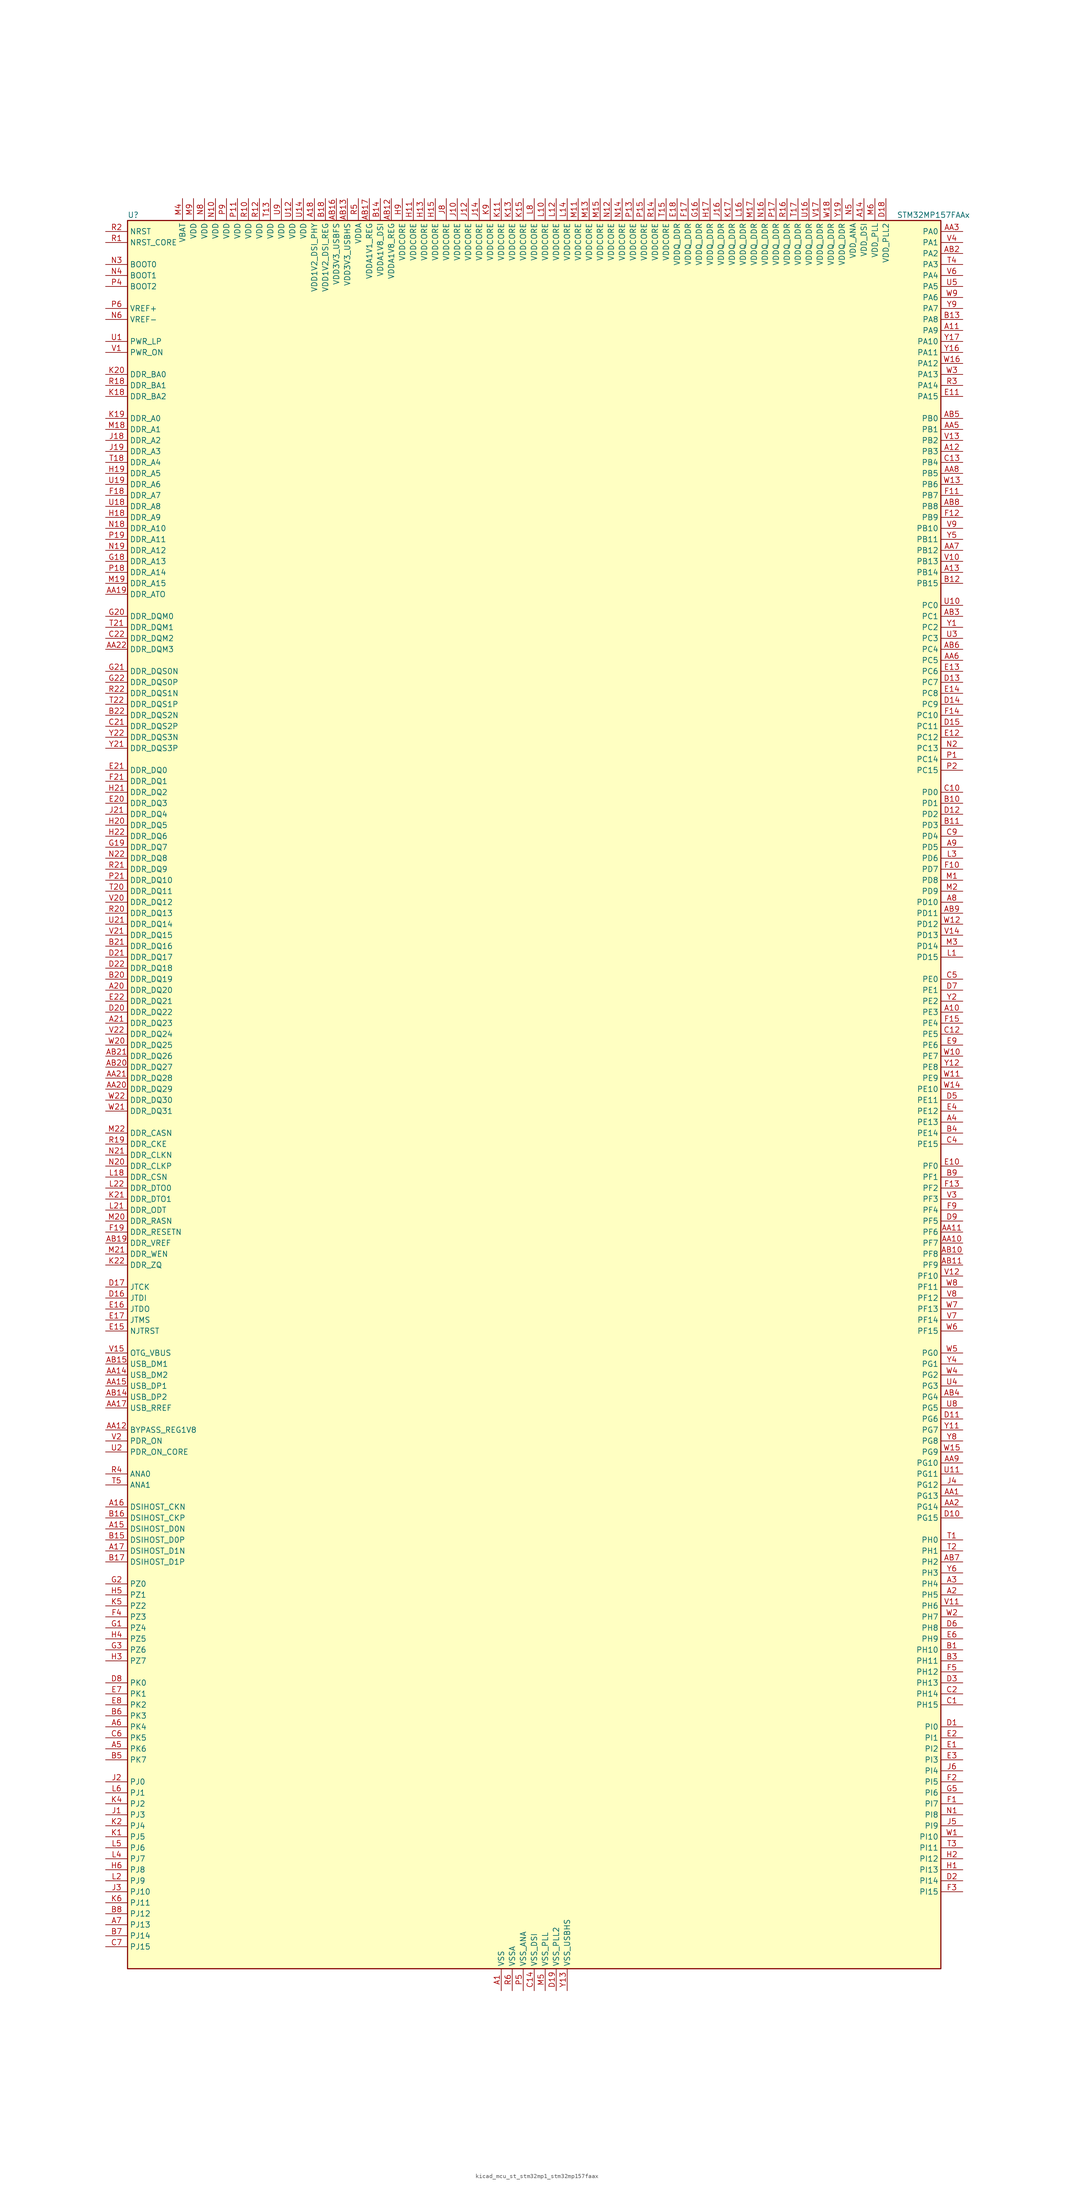
<source format=kicad_sym>
(kicad_symbol_lib
  (version 20220914)
  (generator kicad_symbol_editor)
  (symbol "kicad_mcu_st_stm32mp1_stm32mp157faax"
    (property "Reference" "U"
      (at -93.98 204.47 0)
      (effects (font (size 1.27 1.27)) (justify left)))
    (property "Value" "STM32MP157FAAx"
      (at 83.82 204.47 0)
      (effects (font (size 1.27 1.27)) (justify left)))
    (property "ki_locked" ""
      (at 0 0 0)
      (effects (font (size 1.27 1.27))))
    (symbol "kicad_mcu_st_stm32mp1_stm32mp157faax_0_1"
      (rectangle (start -93.98 -200.66) (end 93.98 203.2) (stroke (width 0.254) (type default)) (fill (type background))))
    (symbol "kicad_mcu_st_stm32mp1_stm32mp157faax_1_1"
      (pin power_in line (at -7.62 -205.74 90) (length 5.08) (name "VSS" (effects (font (size 1.27 1.27)))) (number "A1" (effects (font (size 1.27 1.27)))))
      (pin bidirectional line (at 99.06 20.32 180) (length 5.08) (name "PE3" (effects (font (size 1.27 1.27)))) (number "A10" (effects (font (size 1.27 1.27)))) (alternate "DEBUG_TRACED0" bidirectional line) (alternate "FMC_A19" bidirectional line) (alternate "SAI1_SD_B" bidirectional line) (alternate "SDMMC2_CK" bidirectional line) (alternate "TIM15_BKIN" bidirectional line))
      (pin bidirectional line (at 99.06 177.8 180) (length 5.08) (name "PA9" (effects (font (size 1.27 1.27)))) (number "A11" (effects (font (size 1.27 1.27)))) (alternate "DAC1_EXTI9" bidirectional line) (alternate "DCMI_D0" bidirectional line) (alternate "I2C3_SMBA" bidirectional line) (alternate "I2S2_CK" bidirectional line) (alternate "LTDC_R5" bidirectional line) (alternate "SDMMC2_CDIR" bidirectional line) (alternate "SDMMC2_D5" bidirectional line) (alternate "SPI2_SCK" bidirectional line) (alternate "TIM1_CH2" bidirectional line) (alternate "USART1_TX" bidirectional line))
      (pin bidirectional line (at 99.06 149.86 180) (length 5.08) (name "PB3" (effects (font (size 1.27 1.27)))) (number "A12" (effects (font (size 1.27 1.27)))) (alternate "DEBUG_TRACED9" bidirectional line) (alternate "I2S1_CK" bidirectional line) (alternate "I2S3_CK" bidirectional line) (alternate "SAI4_CK1" bidirectional line) (alternate "SAI4_MCLK_A" bidirectional line) (alternate "SDMMC2_D2" bidirectional line) (alternate "SPI1_SCK" bidirectional line) (alternate "SPI3_SCK" bidirectional line) (alternate "SPI6_SCK" bidirectional line) (alternate "TIM2_CH2" bidirectional line) (alternate "UART7_RX" bidirectional line))
      (pin bidirectional line (at 99.06 121.92 180) (length 5.08) (name "PB14" (effects (font (size 1.27 1.27)))) (number "A13" (effects (font (size 1.27 1.27)))) (alternate "DFSDM1_DATIN2" bidirectional line) (alternate "I2S2_SDI" bidirectional line) (alternate "SDMMC2_D0" bidirectional line) (alternate "SPI2_MISO" bidirectional line) (alternate "TIM12_CH1" bidirectional line) (alternate "TIM1_CH2N" bidirectional line) (alternate "TIM8_CH2N" bidirectional line) (alternate "USART1_TX" bidirectional line) (alternate "USART3_DE" bidirectional line) (alternate "USART3_RTS" bidirectional line))
      (pin power_in line (at 76.2 208.28 270) (length 5.08) (name "VDD_DSI" (effects (font (size 1.27 1.27)))) (number "A14" (effects (font (size 1.27 1.27)))))
      (pin bidirectional line (at -99.06 -99.06 0) (length 5.08) (name "DSIHOST_D0N" (effects (font (size 1.27 1.27)))) (number "A15" (effects (font (size 1.27 1.27)))) (alternate "DSIHOST_D0N" bidirectional line))
      (pin bidirectional line (at -99.06 -93.98 0) (length 5.08) (name "DSIHOST_CKN" (effects (font (size 1.27 1.27)))) (number "A16" (effects (font (size 1.27 1.27)))) (alternate "DSIHOST_CKN" bidirectional line))
      (pin bidirectional line (at -99.06 -104.14 0) (length 5.08) (name "DSIHOST_D1N" (effects (font (size 1.27 1.27)))) (number "A17" (effects (font (size 1.27 1.27)))) (alternate "DSIHOST_D1N" bidirectional line))
      (pin power_in line (at -50.8 208.28 270) (length 5.08) (name "VDD1V2_DSI_PHY" (effects (font (size 1.27 1.27)))) (number "A18" (effects (font (size 1.27 1.27)))))
      (pin passive line (at -7.62 -205.74 90) (length 5.08) hide (name "VSS" (effects (font (size 1.27 1.27)))) (number "A19" (effects (font (size 1.27 1.27)))))
      (pin bidirectional line (at 99.06 -114.3 180) (length 5.08) (name "PH5" (effects (font (size 1.27 1.27)))) (number "A2" (effects (font (size 1.27 1.27)))) (alternate "I2C2_SDA" bidirectional line) (alternate "SAI4_SD_B" bidirectional line) (alternate "SPI5_NSS" bidirectional line))
      (pin bidirectional line (at -99.06 25.4 0) (length 5.08) (name "DDR_DQ20" (effects (font (size 1.27 1.27)))) (number "A20" (effects (font (size 1.27 1.27)))) (alternate "DDR_DQ20" bidirectional line))
      (pin bidirectional line (at -99.06 17.78 0) (length 5.08) (name "DDR_DQ23" (effects (font (size 1.27 1.27)))) (number "A21" (effects (font (size 1.27 1.27)))) (alternate "DDR_DQ23" bidirectional line))
      (pin passive line (at -7.62 -205.74 90) (length 5.08) hide (name "VSS" (effects (font (size 1.27 1.27)))) (number "A22" (effects (font (size 1.27 1.27)))))
      (pin bidirectional line (at 99.06 -111.76 180) (length 5.08) (name "PH4" (effects (font (size 1.27 1.27)))) (number "A3" (effects (font (size 1.27 1.27)))) (alternate "I2C2_SCL" bidirectional line) (alternate "LTDC_G4" bidirectional line) (alternate "LTDC_G5" bidirectional line))
      (pin bidirectional line (at 99.06 -5.08 180) (length 5.08) (name "PE13" (effects (font (size 1.27 1.27)))) (number "A4" (effects (font (size 1.27 1.27)))) (alternate "DCMI_D6" bidirectional line) (alternate "DFSDM1_CKIN5" bidirectional line) (alternate "FMC_D10" bidirectional line) (alternate "FMC_DA10" bidirectional line) (alternate "HDP_HDP2" bidirectional line) (alternate "LTDC_DE" bidirectional line) (alternate "SAI2_FS_B" bidirectional line) (alternate "SPI4_MISO" bidirectional line) (alternate "TIM1_CH3" bidirectional line))
      (pin bidirectional line (at -99.06 -149.86 0) (length 5.08) (name "PK6" (effects (font (size 1.27 1.27)))) (number "A5" (effects (font (size 1.27 1.27)))) (alternate "DEBUG_TRACED7" bidirectional line) (alternate "HDP_HDP7" bidirectional line) (alternate "LTDC_B7" bidirectional line))
      (pin bidirectional line (at -99.06 -144.78 0) (length 5.08) (name "PK4" (effects (font (size 1.27 1.27)))) (number "A6" (effects (font (size 1.27 1.27)))) (alternate "LTDC_B5" bidirectional line))
      (pin bidirectional line (at -99.06 -190.5 0) (length 5.08) (name "PJ13" (effects (font (size 1.27 1.27)))) (number "A7" (effects (font (size 1.27 1.27)))) (alternate "LTDC_B1" bidirectional line) (alternate "LTDC_G4" bidirectional line))
      (pin bidirectional line (at 99.06 45.72 180) (length 5.08) (name "PD10" (effects (font (size 1.27 1.27)))) (number "A8" (effects (font (size 1.27 1.27)))) (alternate "DFSDM1_CKOUT" bidirectional line) (alternate "FMC_D15" bidirectional line) (alternate "FMC_DA15" bidirectional line) (alternate "I2C5_SMBA" bidirectional line) (alternate "I2S3_SDI" bidirectional line) (alternate "LTDC_B3" bidirectional line) (alternate "RTC_REFIN" bidirectional line) (alternate "SAI3_FS_B" bidirectional line) (alternate "SPI3_MISO" bidirectional line) (alternate "TIM16_BKIN" bidirectional line) (alternate "USART3_CK" bidirectional line))
      (pin bidirectional line (at 99.06 58.42 180) (length 5.08) (name "PD5" (effects (font (size 1.27 1.27)))) (number "A9" (effects (font (size 1.27 1.27)))) (alternate "FMC_NWE" bidirectional line) (alternate "SDMMC3_D2" bidirectional line) (alternate "USART2_TX" bidirectional line))
      (pin bidirectional line (at 99.06 -91.44 180) (length 5.08) (name "PG13" (effects (font (size 1.27 1.27)))) (number "AA1" (effects (font (size 1.27 1.27)))) (alternate "DEBUG_TRACED0" bidirectional line) (alternate "ETH1_TXD0" bidirectional line) (alternate "FMC_A24" bidirectional line) (alternate "LPTIM1_OUT" bidirectional line) (alternate "LTDC_R0" bidirectional line) (alternate "SAI1_CK2" bidirectional line) (alternate "SAI1_SCK_A" bidirectional line) (alternate "SAI4_CK1" bidirectional line) (alternate "SAI4_MCLK_A" bidirectional line) (alternate "SPI6_SCK" bidirectional line) (alternate "USART6_CTS" bidirectional line) (alternate "USART6_NSS" bidirectional line))
      (pin bidirectional line (at 99.06 -33.02 180) (length 5.08) (name "PF7" (effects (font (size 1.27 1.27)))) (number "AA10" (effects (font (size 1.27 1.27)))) (alternate "QUADSPI_BK1_IO2" bidirectional line) (alternate "SAI1_MCLK_B" bidirectional line) (alternate "SPI5_SCK" bidirectional line) (alternate "TIM17_CH1" bidirectional line) (alternate "UART7_TX" bidirectional line))
      (pin bidirectional line (at 99.06 -30.48 180) (length 5.08) (name "PF6" (effects (font (size 1.27 1.27)))) (number "AA11" (effects (font (size 1.27 1.27)))) (alternate "QUADSPI_BK1_IO3" bidirectional line) (alternate "SAI1_SD_B" bidirectional line) (alternate "SAI4_SCK_B" bidirectional line) (alternate "SPI5_NSS" bidirectional line) (alternate "TIM16_CH1" bidirectional line) (alternate "UART7_RX" bidirectional line))
      (pin bidirectional line (at -99.06 -76.2 0) (length 5.08) (name "BYPASS_REG1V8" (effects (font (size 1.27 1.27)))) (number "AA12" (effects (font (size 1.27 1.27)))))
      (pin passive line (at 7.62 -205.74 90) (length 5.08) hide (name "VSS_USBHS" (effects (font (size 1.27 1.27)))) (number "AA13" (effects (font (size 1.27 1.27)))))
      (pin bidirectional line (at -99.06 -63.5 0) (length 5.08) (name "USB_DM2" (effects (font (size 1.27 1.27)))) (number "AA14" (effects (font (size 1.27 1.27)))) (alternate "USBH_HS2_DM" bidirectional line) (alternate "USB_OTG_HS_DM" bidirectional line))
      (pin bidirectional line (at -99.06 -66.04 0) (length 5.08) (name "USB_DP1" (effects (font (size 1.27 1.27)))) (number "AA15" (effects (font (size 1.27 1.27)))) (alternate "USBH_HS1_DP" bidirectional line))
      (pin passive line (at 7.62 -205.74 90) (length 5.08) hide (name "VSS_USBHS" (effects (font (size 1.27 1.27)))) (number "AA16" (effects (font (size 1.27 1.27)))))
      (pin bidirectional line (at -99.06 -71.12 0) (length 5.08) (name "USB_RREF" (effects (font (size 1.27 1.27)))) (number "AA17" (effects (font (size 1.27 1.27)))))
      (pin passive line (at -7.62 -205.74 90) (length 5.08) hide (name "VSS" (effects (font (size 1.27 1.27)))) (number "AA18" (effects (font (size 1.27 1.27)))))
      (pin bidirectional line (at -99.06 116.84 0) (length 5.08) (name "DDR_ATO" (effects (font (size 1.27 1.27)))) (number "AA19" (effects (font (size 1.27 1.27)))) (alternate "DDR_ATO" bidirectional line))
      (pin bidirectional line (at 99.06 -93.98 180) (length 5.08) (name "PG14" (effects (font (size 1.27 1.27)))) (number "AA2" (effects (font (size 1.27 1.27)))) (alternate "DEBUG_TRACED1" bidirectional line) (alternate "ETH1_TXD1" bidirectional line) (alternate "FMC_A25" bidirectional line) (alternate "LPTIM1_ETR" bidirectional line) (alternate "LTDC_B0" bidirectional line) (alternate "QUADSPI_BK2_IO3" bidirectional line) (alternate "SAI4_D1" bidirectional line) (alternate "SAI4_SD_A" bidirectional line) (alternate "SPI6_MOSI" bidirectional line) (alternate "USART6_TX" bidirectional line))
      (pin bidirectional line (at -99.06 2.54 0) (length 5.08) (name "DDR_DQ29" (effects (font (size 1.27 1.27)))) (number "AA20" (effects (font (size 1.27 1.27)))) (alternate "DDR_DQ29" bidirectional line))
      (pin bidirectional line (at -99.06 5.08 0) (length 5.08) (name "DDR_DQ28" (effects (font (size 1.27 1.27)))) (number "AA21" (effects (font (size 1.27 1.27)))) (alternate "DDR_DQ28" bidirectional line))
      (pin bidirectional line (at -99.06 104.14 0) (length 5.08) (name "DDR_DQM3" (effects (font (size 1.27 1.27)))) (number "AA22" (effects (font (size 1.27 1.27)))) (alternate "DDR_DQM3" bidirectional line))
      (pin bidirectional line (at 99.06 200.66 180) (length 5.08) (name "PA0" (effects (font (size 1.27 1.27)))) (number "AA3" (effects (font (size 1.27 1.27)))) (alternate "ADC1_INP16" bidirectional line) (alternate "ETH1_CRS" bidirectional line) (alternate "PWR_WKUP1" bidirectional line) (alternate "SAI2_SD_B" bidirectional line) (alternate "SDMMC2_CMD" bidirectional line) (alternate "TIM15_BKIN" bidirectional line) (alternate "TIM2_CH1" bidirectional line) (alternate "TIM2_ETR" bidirectional line) (alternate "TIM5_CH1" bidirectional line) (alternate "TIM8_ETR" bidirectional line) (alternate "UART4_TX" bidirectional line) (alternate "USART2_CTS" bidirectional line) (alternate "USART2_NSS" bidirectional line))
      (pin passive line (at -7.62 -205.74 90) (length 5.08) hide (name "VSS" (effects (font (size 1.27 1.27)))) (number "AA4" (effects (font (size 1.27 1.27)))))
      (pin bidirectional line (at 99.06 154.94 180) (length 5.08) (name "PB1" (effects (font (size 1.27 1.27)))) (number "AA5" (effects (font (size 1.27 1.27)))) (alternate "ADC1_INP5" bidirectional line) (alternate "ADC2_INP5" bidirectional line) (alternate "DFSDM1_DATIN1" bidirectional line) (alternate "ETH1_RXD3" bidirectional line) (alternate "LTDC_G0" bidirectional line) (alternate "LTDC_R6" bidirectional line) (alternate "TIM1_CH3N" bidirectional line) (alternate "TIM3_CH4" bidirectional line) (alternate "TIM8_CH3N" bidirectional line))
      (pin bidirectional line (at 99.06 101.6 180) (length 5.08) (name "PC5" (effects (font (size 1.27 1.27)))) (number "AA6" (effects (font (size 1.27 1.27)))) (alternate "ADC1_INN4" bidirectional line) (alternate "ADC1_INP8" bidirectional line) (alternate "ADC2_INN4" bidirectional line) (alternate "ADC2_INP8" bidirectional line) (alternate "DFSDM1_DATIN2" bidirectional line) (alternate "ETH1_RXD1" bidirectional line) (alternate "SAI1_D3" bidirectional line) (alternate "SAI1_D4" bidirectional line) (alternate "SAI4_D3" bidirectional line) (alternate "SAI4_D4" bidirectional line) (alternate "SPDIFRX_IN3" bidirectional line))
      (pin bidirectional line (at 99.06 127 180) (length 5.08) (name "PB12" (effects (font (size 1.27 1.27)))) (number "AA7" (effects (font (size 1.27 1.27)))) (alternate "DFSDM1_DATIN1" bidirectional line) (alternate "ETH1_TXD0" bidirectional line) (alternate "FDCAN2_RX" bidirectional line) (alternate "I2C2_SMBA" bidirectional line) (alternate "I2C6_SMBA" bidirectional line) (alternate "I2S2_WS" bidirectional line) (alternate "SPI2_NSS" bidirectional line) (alternate "TIM1_BKIN" bidirectional line) (alternate "UART5_RX" bidirectional line) (alternate "USART3_CK" bidirectional line) (alternate "USART3_RX" bidirectional line))
      (pin bidirectional line (at 99.06 144.78 180) (length 5.08) (name "PB5" (effects (font (size 1.27 1.27)))) (number "AA8" (effects (font (size 1.27 1.27)))) (alternate "DCMI_D10" bidirectional line) (alternate "ETH1_CLK" bidirectional line) (alternate "ETH1_PPS_OUT" bidirectional line) (alternate "FDCAN2_RX" bidirectional line) (alternate "I2C1_SMBA" bidirectional line) (alternate "I2C4_SMBA" bidirectional line) (alternate "I2S1_SDO" bidirectional line) (alternate "I2S3_SDO" bidirectional line) (alternate "LTDC_G7" bidirectional line) (alternate "SAI4_D1" bidirectional line) (alternate "SAI4_SD_A" bidirectional line) (alternate "SPI1_MOSI" bidirectional line) (alternate "SPI3_MOSI" bidirectional line) (alternate "SPI6_MOSI" bidirectional line) (alternate "TIM17_BKIN" bidirectional line) (alternate "TIM3_CH2" bidirectional line) (alternate "UART5_RX" bidirectional line))
      (pin bidirectional line (at 99.06 -83.82 180) (length 5.08) (name "PG10" (effects (font (size 1.27 1.27)))) (number "AA9" (effects (font (size 1.27 1.27)))) (alternate "DCMI_D2" bidirectional line) (alternate "DEBUG_TRACED10" bidirectional line) (alternate "FMC_NE3" bidirectional line) (alternate "LTDC_B2" bidirectional line) (alternate "LTDC_G3" bidirectional line) (alternate "QUADSPI_BK2_IO2" bidirectional line) (alternate "SAI2_SD_B" bidirectional line) (alternate "UART8_CTS" bidirectional line))
      (pin passive line (at -7.62 -205.74 90) (length 5.08) hide (name "VSS" (effects (font (size 1.27 1.27)))) (number "AB1" (effects (font (size 1.27 1.27)))))
      (pin bidirectional line (at 99.06 -35.56 180) (length 5.08) (name "PF8" (effects (font (size 1.27 1.27)))) (number "AB10" (effects (font (size 1.27 1.27)))) (alternate "DEBUG_TRACED12" bidirectional line) (alternate "QUADSPI_BK1_IO0" bidirectional line) (alternate "SAI1_SCK_B" bidirectional line) (alternate "SPI5_MISO" bidirectional line) (alternate "TIM13_CH1" bidirectional line) (alternate "TIM16_CH1N" bidirectional line) (alternate "UART7_DE" bidirectional line) (alternate "UART7_RTS" bidirectional line))
      (pin bidirectional line (at 99.06 -38.1 180) (length 5.08) (name "PF9" (effects (font (size 1.27 1.27)))) (number "AB11" (effects (font (size 1.27 1.27)))) (alternate "DAC1_EXTI9" bidirectional line) (alternate "DEBUG_TRACED13" bidirectional line) (alternate "QUADSPI_BK1_IO1" bidirectional line) (alternate "SAI1_FS_B" bidirectional line) (alternate "SPI5_MOSI" bidirectional line) (alternate "TIM14_CH1" bidirectional line) (alternate "TIM17_CH1N" bidirectional line) (alternate "UART7_CTS" bidirectional line))
      (pin power_in line (at -33.02 208.28 270) (length 5.08) (name "VDDA1V8_REG" (effects (font (size 1.27 1.27)))) (number "AB12" (effects (font (size 1.27 1.27)))))
      (pin power_in line (at -43.18 208.28 270) (length 5.08) (name "VDD3V3_USBHS" (effects (font (size 1.27 1.27)))) (number "AB13" (effects (font (size 1.27 1.27)))))
      (pin bidirectional line (at -99.06 -68.58 0) (length 5.08) (name "USB_DP2" (effects (font (size 1.27 1.27)))) (number "AB14" (effects (font (size 1.27 1.27)))) (alternate "USBH_HS2_DP" bidirectional line) (alternate "USB_OTG_HS_DP" bidirectional line))
      (pin bidirectional line (at -99.06 -60.96 0) (length 5.08) (name "USB_DM1" (effects (font (size 1.27 1.27)))) (number "AB15" (effects (font (size 1.27 1.27)))) (alternate "USBH_HS1_DM" bidirectional line))
      (pin power_in line (at -45.72 208.28 270) (length 5.08) (name "VDD3V3_USBFS" (effects (font (size 1.27 1.27)))) (number "AB16" (effects (font (size 1.27 1.27)))))
      (pin power_in line (at -38.1 208.28 270) (length 5.08) (name "VDDA1V1_REG" (effects (font (size 1.27 1.27)))) (number "AB17" (effects (font (size 1.27 1.27)))))
      (pin passive line (at -7.62 -205.74 90) (length 5.08) hide (name "VSS" (effects (font (size 1.27 1.27)))) (number "AB18" (effects (font (size 1.27 1.27)))))
      (pin bidirectional line (at -99.06 -33.02 0) (length 5.08) (name "DDR_VREF" (effects (font (size 1.27 1.27)))) (number "AB19" (effects (font (size 1.27 1.27)))) (alternate "DDR_VREF" bidirectional line))
      (pin bidirectional line (at 99.06 195.58 180) (length 5.08) (name "PA2" (effects (font (size 1.27 1.27)))) (number "AB2" (effects (font (size 1.27 1.27)))) (alternate "ADC1_INP14" bidirectional line) (alternate "ETH1_MDIO" bidirectional line) (alternate "LPTIM4_OUT" bidirectional line) (alternate "LTDC_R1" bidirectional line) (alternate "PWR_WKUP2" bidirectional line) (alternate "SAI2_SCK_B" bidirectional line) (alternate "SDMMC2_D0DIR" bidirectional line) (alternate "TIM15_CH1" bidirectional line) (alternate "TIM2_CH3" bidirectional line) (alternate "TIM5_CH3" bidirectional line) (alternate "USART2_TX" bidirectional line))
      (pin bidirectional line (at -99.06 7.62 0) (length 5.08) (name "DDR_DQ27" (effects (font (size 1.27 1.27)))) (number "AB20" (effects (font (size 1.27 1.27)))) (alternate "DDR_DQ27" bidirectional line))
      (pin bidirectional line (at -99.06 10.16 0) (length 5.08) (name "DDR_DQ26" (effects (font (size 1.27 1.27)))) (number "AB21" (effects (font (size 1.27 1.27)))) (alternate "DDR_DQ26" bidirectional line))
      (pin passive line (at -7.62 -205.74 90) (length 5.08) hide (name "VSS" (effects (font (size 1.27 1.27)))) (number "AB22" (effects (font (size 1.27 1.27)))))
      (pin bidirectional line (at 99.06 111.76 180) (length 5.08) (name "PC1" (effects (font (size 1.27 1.27)))) (number "AB3" (effects (font (size 1.27 1.27)))) (alternate "ADC1_INN10" bidirectional line) (alternate "ADC1_INP11" bidirectional line) (alternate "ADC2_INN10" bidirectional line) (alternate "ADC2_INP11" bidirectional line) (alternate "DEBUG_TRACED0" bidirectional line) (alternate "DFSDM1_CKIN4" bidirectional line) (alternate "DFSDM1_DATIN0" bidirectional line) (alternate "ETH1_MDC" bidirectional line) (alternate "I2S2_SDO" bidirectional line) (alternate "PWR_WKUP6" bidirectional line) (alternate "SAI1_D1" bidirectional line) (alternate "SAI1_SD_A" bidirectional line) (alternate "SDMMC2_CK" bidirectional line) (alternate "SPI2_MOSI" bidirectional line) (alternate "TAMP_IN3" bidirectional line))
      (pin bidirectional line (at 99.06 -68.58 180) (length 5.08) (name "PG4" (effects (font (size 1.27 1.27)))) (number "AB4" (effects (font (size 1.27 1.27)))) (alternate "ETH1_GTX_CLK" bidirectional line) (alternate "FMC_A14" bidirectional line) (alternate "TIM1_BKIN2" bidirectional line))
      (pin bidirectional line (at 99.06 157.48 180) (length 5.08) (name "PB0" (effects (font (size 1.27 1.27)))) (number "AB5" (effects (font (size 1.27 1.27)))) (alternate "ADC1_INN5" bidirectional line) (alternate "ADC1_INP9" bidirectional line) (alternate "ADC2_INN5" bidirectional line) (alternate "ADC2_INP9" bidirectional line) (alternate "DFSDM1_CKOUT" bidirectional line) (alternate "ETH1_RXD2" bidirectional line) (alternate "LTDC_G1" bidirectional line) (alternate "LTDC_R3" bidirectional line) (alternate "TIM1_CH2N" bidirectional line) (alternate "TIM3_CH3" bidirectional line) (alternate "TIM8_CH2N" bidirectional line) (alternate "UART4_CTS" bidirectional line))
      (pin bidirectional line (at 99.06 104.14 180) (length 5.08) (name "PC4" (effects (font (size 1.27 1.27)))) (number "AB6" (effects (font (size 1.27 1.27)))) (alternate "ADC1_INP4" bidirectional line) (alternate "ADC2_INP4" bidirectional line) (alternate "DFSDM1_CKIN2" bidirectional line) (alternate "ETH1_RXD0" bidirectional line) (alternate "I2S1_MCK" bidirectional line) (alternate "SPDIFRX_IN2" bidirectional line))
      (pin bidirectional line (at 99.06 -106.68 180) (length 5.08) (name "PH2" (effects (font (size 1.27 1.27)))) (number "AB7" (effects (font (size 1.27 1.27)))) (alternate "ETH1_CRS" bidirectional line) (alternate "LPTIM1_IN2" bidirectional line) (alternate "LTDC_R0" bidirectional line) (alternate "QUADSPI_BK2_IO0" bidirectional line) (alternate "SAI2_SCK_B" bidirectional line))
      (pin bidirectional line (at 99.06 137.16 180) (length 5.08) (name "PB8" (effects (font (size 1.27 1.27)))) (number "AB8" (effects (font (size 1.27 1.27)))) (alternate "DCMI_D6" bidirectional line) (alternate "DFSDM1_CKIN7" bidirectional line) (alternate "ETH1_TXD3" bidirectional line) (alternate "FDCAN1_RX" bidirectional line) (alternate "HDP_HDP6" bidirectional line) (alternate "I2C1_SCL" bidirectional line) (alternate "I2C4_SCL" bidirectional line) (alternate "LTDC_B6" bidirectional line) (alternate "SDMMC1_CKIN" bidirectional line) (alternate "SDMMC1_D4" bidirectional line) (alternate "SDMMC2_CKIN" bidirectional line) (alternate "SDMMC2_D4" bidirectional line) (alternate "TIM16_CH1" bidirectional line) (alternate "TIM4_CH3" bidirectional line) (alternate "UART4_RX" bidirectional line))
      (pin bidirectional line (at 99.06 43.18 180) (length 5.08) (name "PD11" (effects (font (size 1.27 1.27)))) (number "AB9" (effects (font (size 1.27 1.27)))) (alternate "ADC1_EXTI11" bidirectional line) (alternate "ADC2_EXTI11" bidirectional line) (alternate "FMC_A16" bidirectional line) (alternate "FMC_CLE" bidirectional line) (alternate "I2C1_SMBA" bidirectional line) (alternate "I2C4_SMBA" bidirectional line) (alternate "LPTIM2_IN2" bidirectional line) (alternate "QUADSPI_BK1_IO0" bidirectional line) (alternate "SAI2_SD_A" bidirectional line) (alternate "USART3_CTS" bidirectional line) (alternate "USART3_NSS" bidirectional line))
      (pin bidirectional line (at 99.06 -127 180) (length 5.08) (name "PH10" (effects (font (size 1.27 1.27)))) (number "B1" (effects (font (size 1.27 1.27)))) (alternate "DCMI_D1" bidirectional line) (alternate "I2C1_SMBA" bidirectional line) (alternate "I2C4_SMBA" bidirectional line) (alternate "LTDC_R4" bidirectional line) (alternate "TIM5_CH1" bidirectional line))
      (pin bidirectional line (at 99.06 68.58 180) (length 5.08) (name "PD1" (effects (font (size 1.27 1.27)))) (number "B10" (effects (font (size 1.27 1.27)))) (alternate "DFSDM1_CKIN7" bidirectional line) (alternate "DFSDM1_DATIN6" bidirectional line) (alternate "FDCAN1_TX" bidirectional line) (alternate "FMC_D3" bidirectional line) (alternate "FMC_DA3" bidirectional line) (alternate "I2C5_SCL" bidirectional line) (alternate "I2C6_SCL" bidirectional line) (alternate "SAI3_SD_A" bidirectional line) (alternate "SDMMC3_D0" bidirectional line) (alternate "UART4_TX" bidirectional line))
      (pin bidirectional line (at 99.06 63.5 180) (length 5.08) (name "PD3" (effects (font (size 1.27 1.27)))) (number "B11" (effects (font (size 1.27 1.27)))) (alternate "DCMI_D5" bidirectional line) (alternate "DFSDM1_CKOUT" bidirectional line) (alternate "DFSDM1_DATIN0" bidirectional line) (alternate "FMC_CLK" bidirectional line) (alternate "HDP_HDP5" bidirectional line) (alternate "I2S2_CK" bidirectional line) (alternate "LTDC_G7" bidirectional line) (alternate "SDMMC1_D123DIR" bidirectional line) (alternate "SDMMC1_D7" bidirectional line) (alternate "SDMMC2_D123DIR" bidirectional line) (alternate "SDMMC2_D7" bidirectional line) (alternate "SPI2_SCK" bidirectional line) (alternate "USART2_CTS" bidirectional line) (alternate "USART2_NSS" bidirectional line))
      (pin bidirectional line (at 99.06 119.38 180) (length 5.08) (name "PB15" (effects (font (size 1.27 1.27)))) (number "B12" (effects (font (size 1.27 1.27)))) (alternate "ADC1_EXTI15" bidirectional line) (alternate "ADC2_EXTI15" bidirectional line) (alternate "DFSDM1_CKIN2" bidirectional line) (alternate "I2S2_SDO" bidirectional line) (alternate "RTC_REFIN" bidirectional line) (alternate "SDMMC2_D1" bidirectional line) (alternate "SPI2_MOSI" bidirectional line) (alternate "TIM12_CH2" bidirectional line) (alternate "TIM1_CH3N" bidirectional line) (alternate "TIM8_CH3N" bidirectional line) (alternate "USART1_RX" bidirectional line))
      (pin bidirectional line (at 99.06 180.34 180) (length 5.08) (name "PA8" (effects (font (size 1.27 1.27)))) (number "B13" (effects (font (size 1.27 1.27)))) (alternate "I2C3_SCL" bidirectional line) (alternate "I2S3_SDO" bidirectional line) (alternate "LTDC_R6" bidirectional line) (alternate "RCC_MCO_1" bidirectional line) (alternate "SAI4_SD_B" bidirectional line) (alternate "SDMMC2_CKIN" bidirectional line) (alternate "SDMMC2_D4" bidirectional line) (alternate "SPI3_MOSI" bidirectional line) (alternate "TIM1_CH1" bidirectional line) (alternate "TIM8_BKIN2" bidirectional line) (alternate "UART7_RX" bidirectional line) (alternate "USART1_CK" bidirectional line) (alternate "USB_OTG_HS_SOF" bidirectional line))
      (pin power_in line (at -35.56 208.28 270) (length 5.08) (name "VDDA1V8_DSI" (effects (font (size 1.27 1.27)))) (number "B14" (effects (font (size 1.27 1.27)))))
      (pin bidirectional line (at -99.06 -101.6 0) (length 5.08) (name "DSIHOST_D0P" (effects (font (size 1.27 1.27)))) (number "B15" (effects (font (size 1.27 1.27)))) (alternate "DSIHOST_D0P" bidirectional line))
      (pin bidirectional line (at -99.06 -96.52 0) (length 5.08) (name "DSIHOST_CKP" (effects (font (size 1.27 1.27)))) (number "B16" (effects (font (size 1.27 1.27)))) (alternate "DSIHOST_CKP" bidirectional line))
      (pin bidirectional line (at -99.06 -106.68 0) (length 5.08) (name "DSIHOST_D1P" (effects (font (size 1.27 1.27)))) (number "B17" (effects (font (size 1.27 1.27)))) (alternate "DSIHOST_D1P" bidirectional line))
      (pin power_in line (at -48.26 208.28 270) (length 5.08) (name "VDD1V2_DSI_REG" (effects (font (size 1.27 1.27)))) (number "B18" (effects (font (size 1.27 1.27)))))
      (pin passive line (at -7.62 -205.74 90) (length 5.08) hide (name "VSS" (effects (font (size 1.27 1.27)))) (number "B19" (effects (font (size 1.27 1.27)))))
      (pin passive line (at -7.62 -205.74 90) (length 5.08) hide (name "VSS" (effects (font (size 1.27 1.27)))) (number "B2" (effects (font (size 1.27 1.27)))))
      (pin bidirectional line (at -99.06 27.94 0) (length 5.08) (name "DDR_DQ19" (effects (font (size 1.27 1.27)))) (number "B20" (effects (font (size 1.27 1.27)))) (alternate "DDR_DQ19" bidirectional line))
      (pin bidirectional line (at -99.06 35.56 0) (length 5.08) (name "DDR_DQ16" (effects (font (size 1.27 1.27)))) (number "B21" (effects (font (size 1.27 1.27)))) (alternate "DDR_DQ16" bidirectional line))
      (pin bidirectional line (at -99.06 88.9 0) (length 5.08) (name "DDR_DQS2N" (effects (font (size 1.27 1.27)))) (number "B22" (effects (font (size 1.27 1.27)))) (alternate "DDR_DQS2N" bidirectional line))
      (pin bidirectional line (at 99.06 -129.54 180) (length 5.08) (name "PH11" (effects (font (size 1.27 1.27)))) (number "B3" (effects (font (size 1.27 1.27)))) (alternate "ADC1_EXTI11" bidirectional line) (alternate "ADC2_EXTI11" bidirectional line) (alternate "DCMI_D2" bidirectional line) (alternate "I2C1_SCL" bidirectional line) (alternate "I2C4_SCL" bidirectional line) (alternate "LTDC_R5" bidirectional line) (alternate "TIM5_CH2" bidirectional line))
      (pin bidirectional line (at 99.06 -7.62 180) (length 5.08) (name "PE14" (effects (font (size 1.27 1.27)))) (number "B4" (effects (font (size 1.27 1.27)))) (alternate "FMC_D11" bidirectional line) (alternate "FMC_DA11" bidirectional line) (alternate "LTDC_CLK" bidirectional line) (alternate "LTDC_G0" bidirectional line) (alternate "SAI2_MCLK_B" bidirectional line) (alternate "SDMMC1_D123DIR" bidirectional line) (alternate "SPI4_MOSI" bidirectional line) (alternate "TIM1_CH4" bidirectional line) (alternate "UART8_DE" bidirectional line) (alternate "UART8_RTS" bidirectional line))
      (pin bidirectional line (at -99.06 -152.4 0) (length 5.08) (name "PK7" (effects (font (size 1.27 1.27)))) (number "B5" (effects (font (size 1.27 1.27)))) (alternate "LTDC_DE" bidirectional line))
      (pin bidirectional line (at -99.06 -142.24 0) (length 5.08) (name "PK3" (effects (font (size 1.27 1.27)))) (number "B6" (effects (font (size 1.27 1.27)))) (alternate "LTDC_B4" bidirectional line))
      (pin bidirectional line (at -99.06 -193.04 0) (length 5.08) (name "PJ14" (effects (font (size 1.27 1.27)))) (number "B7" (effects (font (size 1.27 1.27)))) (alternate "LTDC_B2" bidirectional line))
      (pin bidirectional line (at -99.06 -187.96 0) (length 5.08) (name "PJ12" (effects (font (size 1.27 1.27)))) (number "B8" (effects (font (size 1.27 1.27)))) (alternate "LTDC_B0" bidirectional line) (alternate "LTDC_G3" bidirectional line))
      (pin bidirectional line (at 99.06 -17.78 180) (length 5.08) (name "PF1" (effects (font (size 1.27 1.27)))) (number "B9" (effects (font (size 1.27 1.27)))) (alternate "FMC_A1" bidirectional line) (alternate "I2C2_SCL" bidirectional line) (alternate "SDMMC3_CDIR" bidirectional line) (alternate "SDMMC3_CMD" bidirectional line))
      (pin bidirectional line (at 99.06 -139.7 180) (length 5.08) (name "PH15" (effects (font (size 1.27 1.27)))) (number "C1" (effects (font (size 1.27 1.27)))) (alternate "ADC1_EXTI15" bidirectional line) (alternate "ADC2_EXTI15" bidirectional line) (alternate "DCMI_D11" bidirectional line) (alternate "LTDC_G4" bidirectional line) (alternate "TIM8_CH3N" bidirectional line))
      (pin bidirectional line (at 99.06 71.12 180) (length 5.08) (name "PD0" (effects (font (size 1.27 1.27)))) (number "C10" (effects (font (size 1.27 1.27)))) (alternate "DFSDM1_CKIN6" bidirectional line) (alternate "DFSDM1_DATIN7" bidirectional line) (alternate "FDCAN1_RX" bidirectional line) (alternate "FMC_D2" bidirectional line) (alternate "FMC_DA2" bidirectional line) (alternate "I2C5_SDA" bidirectional line) (alternate "I2C6_SDA" bidirectional line) (alternate "SAI3_SCK_A" bidirectional line) (alternate "SDMMC3_CMD" bidirectional line) (alternate "UART4_RX" bidirectional line))
      (pin passive line (at -7.62 -205.74 90) (length 5.08) hide (name "VSS" (effects (font (size 1.27 1.27)))) (number "C11" (effects (font (size 1.27 1.27)))))
      (pin bidirectional line (at 99.06 15.24 180) (length 5.08) (name "PE5" (effects (font (size 1.27 1.27)))) (number "C12" (effects (font (size 1.27 1.27)))) (alternate "DCMI_D6" bidirectional line) (alternate "DEBUG_TRACED3" bidirectional line) (alternate "DFSDM1_CKIN3" bidirectional line) (alternate "FMC_A21" bidirectional line) (alternate "LTDC_G0" bidirectional line) (alternate "SAI1_CK2" bidirectional line) (alternate "SAI1_SCK_A" bidirectional line) (alternate "SDMMC1_D0DIR" bidirectional line) (alternate "SDMMC1_D6" bidirectional line) (alternate "SDMMC2_D0DIR" bidirectional line) (alternate "SDMMC2_D6" bidirectional line) (alternate "SPI4_MISO" bidirectional line) (alternate "TIM15_CH1" bidirectional line))
      (pin bidirectional line (at 99.06 147.32 180) (length 5.08) (name "PB4" (effects (font (size 1.27 1.27)))) (number "C13" (effects (font (size 1.27 1.27)))) (alternate "DEBUG_TRACED8" bidirectional line) (alternate "I2S1_SDI" bidirectional line) (alternate "I2S2_WS" bidirectional line) (alternate "I2S3_SDI" bidirectional line) (alternate "SAI4_CK2" bidirectional line) (alternate "SAI4_SCK_A" bidirectional line) (alternate "SDMMC2_D3" bidirectional line) (alternate "SPI1_MISO" bidirectional line) (alternate "SPI2_NSS" bidirectional line) (alternate "SPI3_MISO" bidirectional line) (alternate "SPI6_MISO" bidirectional line) (alternate "TIM16_BKIN" bidirectional line) (alternate "TIM3_CH1" bidirectional line) (alternate "UART7_TX" bidirectional line))
      (pin power_in line (at 0 -205.74 90) (length 5.08) (name "VSS_DSI" (effects (font (size 1.27 1.27)))) (number "C14" (effects (font (size 1.27 1.27)))))
      (pin passive line (at 0 -205.74 90) (length 5.08) hide (name "VSS_DSI" (effects (font (size 1.27 1.27)))) (number "C15" (effects (font (size 1.27 1.27)))))
      (pin passive line (at 0 -205.74 90) (length 5.08) hide (name "VSS_DSI" (effects (font (size 1.27 1.27)))) (number "C16" (effects (font (size 1.27 1.27)))))
      (pin passive line (at 0 -205.74 90) (length 5.08) hide (name "VSS_DSI" (effects (font (size 1.27 1.27)))) (number "C17" (effects (font (size 1.27 1.27)))))
      (pin passive line (at 0 -205.74 90) (length 5.08) hide (name "VSS_DSI" (effects (font (size 1.27 1.27)))) (number "C18" (effects (font (size 1.27 1.27)))))
      (pin passive line (at -7.62 -205.74 90) (length 5.08) hide (name "VSS" (effects (font (size 1.27 1.27)))) (number "C19" (effects (font (size 1.27 1.27)))))
      (pin bidirectional line (at 99.06 -137.16 180) (length 5.08) (name "PH14" (effects (font (size 1.27 1.27)))) (number "C2" (effects (font (size 1.27 1.27)))) (alternate "DCMI_D4" bidirectional line) (alternate "FDCAN1_RX" bidirectional line) (alternate "LTDC_G3" bidirectional line) (alternate "TIM8_CH2N" bidirectional line) (alternate "UART4_RX" bidirectional line))
      (pin passive line (at -7.62 -205.74 90) (length 5.08) hide (name "VSS" (effects (font (size 1.27 1.27)))) (number "C20" (effects (font (size 1.27 1.27)))))
      (pin bidirectional line (at -99.06 86.36 0) (length 5.08) (name "DDR_DQS2P" (effects (font (size 1.27 1.27)))) (number "C21" (effects (font (size 1.27 1.27)))) (alternate "DDR_DQS2P" bidirectional line))
      (pin bidirectional line (at -99.06 106.68 0) (length 5.08) (name "DDR_DQM2" (effects (font (size 1.27 1.27)))) (number "C22" (effects (font (size 1.27 1.27)))) (alternate "DDR_DQM2" bidirectional line))
      (pin passive line (at -7.62 -205.74 90) (length 5.08) hide (name "VSS" (effects (font (size 1.27 1.27)))) (number "C3" (effects (font (size 1.27 1.27)))))
      (pin bidirectional line (at 99.06 -10.16 180) (length 5.08) (name "PE15" (effects (font (size 1.27 1.27)))) (number "C4" (effects (font (size 1.27 1.27)))) (alternate "ADC1_EXTI15" bidirectional line) (alternate "ADC2_EXTI15" bidirectional line) (alternate "FMC_D12" bidirectional line) (alternate "FMC_DA12" bidirectional line) (alternate "FMC_NCE2" bidirectional line) (alternate "HDP_HDP3" bidirectional line) (alternate "LTDC_R7" bidirectional line) (alternate "TIM15_BKIN" bidirectional line) (alternate "TIM1_BKIN" bidirectional line) (alternate "UART8_CTS" bidirectional line) (alternate "USART2_CTS" bidirectional line) (alternate "USART2_NSS" bidirectional line))
      (pin bidirectional line (at 99.06 27.94 180) (length 5.08) (name "PE0" (effects (font (size 1.27 1.27)))) (number "C5" (effects (font (size 1.27 1.27)))) (alternate "DCMI_D2" bidirectional line) (alternate "FMC_NBL0" bidirectional line) (alternate "I2S3_CK" bidirectional line) (alternate "LPTIM1_ETR" bidirectional line) (alternate "LPTIM2_ETR" bidirectional line) (alternate "SAI2_MCLK_A" bidirectional line) (alternate "SAI4_MCLK_B" bidirectional line) (alternate "SPI3_SCK" bidirectional line) (alternate "TIM4_ETR" bidirectional line) (alternate "UART8_RX" bidirectional line))
      (pin bidirectional line (at -99.06 -147.32 0) (length 5.08) (name "PK5" (effects (font (size 1.27 1.27)))) (number "C6" (effects (font (size 1.27 1.27)))) (alternate "DEBUG_TRACED6" bidirectional line) (alternate "HDP_HDP6" bidirectional line) (alternate "LTDC_B6" bidirectional line))
      (pin bidirectional line (at -99.06 -195.58 0) (length 5.08) (name "PJ15" (effects (font (size 1.27 1.27)))) (number "C7" (effects (font (size 1.27 1.27)))) (alternate "ADC1_EXTI15" bidirectional line) (alternate "ADC2_EXTI15" bidirectional line) (alternate "LTDC_B3" bidirectional line))
      (pin passive line (at -7.62 -205.74 90) (length 5.08) hide (name "VSS" (effects (font (size 1.27 1.27)))) (number "C8" (effects (font (size 1.27 1.27)))))
      (pin bidirectional line (at 99.06 60.96 180) (length 5.08) (name "PD4" (effects (font (size 1.27 1.27)))) (number "C9" (effects (font (size 1.27 1.27)))) (alternate "DFSDM1_CKIN0" bidirectional line) (alternate "FMC_NOE" bidirectional line) (alternate "SAI3_FS_A" bidirectional line) (alternate "SDMMC3_D1" bidirectional line) (alternate "USART2_DE" bidirectional line) (alternate "USART2_RTS" bidirectional line))
      (pin bidirectional line (at 99.06 -144.78 180) (length 5.08) (name "PI0" (effects (font (size 1.27 1.27)))) (number "D1" (effects (font (size 1.27 1.27)))) (alternate "DCMI_D13" bidirectional line) (alternate "I2S2_WS" bidirectional line) (alternate "LTDC_G5" bidirectional line) (alternate "SPI2_NSS" bidirectional line) (alternate "TIM5_CH4" bidirectional line))
      (pin bidirectional line (at 99.06 -96.52 180) (length 5.08) (name "PG15" (effects (font (size 1.27 1.27)))) (number "D10" (effects (font (size 1.27 1.27)))) (alternate "ADC1_EXTI15" bidirectional line) (alternate "ADC2_EXTI15" bidirectional line) (alternate "DCMI_D13" bidirectional line) (alternate "DEBUG_TRACED7" bidirectional line) (alternate "I2C2_SDA" bidirectional line) (alternate "SAI1_D2" bidirectional line) (alternate "SAI1_FS_A" bidirectional line) (alternate "SDMMC3_CK" bidirectional line) (alternate "USART6_CTS" bidirectional line) (alternate "USART6_NSS" bidirectional line))
      (pin bidirectional line (at 99.06 -73.66 180) (length 5.08) (name "PG6" (effects (font (size 1.27 1.27)))) (number "D11" (effects (font (size 1.27 1.27)))) (alternate "DCMI_D12" bidirectional line) (alternate "DEBUG_TRACED14" bidirectional line) (alternate "LTDC_R7" bidirectional line) (alternate "SDMMC2_CMD" bidirectional line) (alternate "TIM17_BKIN" bidirectional line))
      (pin bidirectional line (at 99.06 66.04 180) (length 5.08) (name "PD2" (effects (font (size 1.27 1.27)))) (number "D12" (effects (font (size 1.27 1.27)))) (alternate "DCMI_D11" bidirectional line) (alternate "I2C5_SMBA" bidirectional line) (alternate "SDMMC1_CMD" bidirectional line) (alternate "TIM3_ETR" bidirectional line) (alternate "UART4_RX" bidirectional line) (alternate "UART5_RX" bidirectional line))
      (pin bidirectional line (at 99.06 96.52 180) (length 5.08) (name "PC7" (effects (font (size 1.27 1.27)))) (number "D13" (effects (font (size 1.27 1.27)))) (alternate "DCMI_D1" bidirectional line) (alternate "DFSDM1_DATIN3" bidirectional line) (alternate "HDP_HDP4" bidirectional line) (alternate "I2S3_MCK" bidirectional line) (alternate "LTDC_G6" bidirectional line) (alternate "SDMMC1_D123DIR" bidirectional line) (alternate "SDMMC1_D7" bidirectional line) (alternate "SDMMC2_D123DIR" bidirectional line) (alternate "SDMMC2_D7" bidirectional line) (alternate "TIM3_CH2" bidirectional line) (alternate "TIM8_CH2" bidirectional line) (alternate "USART6_RX" bidirectional line))
      (pin bidirectional line (at 99.06 91.44 180) (length 5.08) (name "PC9" (effects (font (size 1.27 1.27)))) (number "D14" (effects (font (size 1.27 1.27)))) (alternate "DAC1_EXTI9" bidirectional line) (alternate "DCMI_D3" bidirectional line) (alternate "DEBUG_TRACED1" bidirectional line) (alternate "I2C3_SDA" bidirectional line) (alternate "I2S_CKIN" bidirectional line) (alternate "LTDC_B2" bidirectional line) (alternate "QUADSPI_BK1_IO0" bidirectional line) (alternate "SDMMC1_D1" bidirectional line) (alternate "TIM3_CH4" bidirectional line) (alternate "TIM8_CH4" bidirectional line) (alternate "UART5_CTS" bidirectional line))
      (pin bidirectional line (at 99.06 86.36 180) (length 5.08) (name "PC11" (effects (font (size 1.27 1.27)))) (number "D15" (effects (font (size 1.27 1.27)))) (alternate "ADC1_EXTI11" bidirectional line) (alternate "ADC2_EXTI11" bidirectional line) (alternate "DCMI_D4" bidirectional line) (alternate "DEBUG_TRACED3" bidirectional line) (alternate "DFSDM1_DATIN5" bidirectional line) (alternate "I2S3_SDI" bidirectional line) (alternate "QUADSPI_BK2_NCS" bidirectional line) (alternate "SAI4_SCK_B" bidirectional line) (alternate "SDMMC1_D3" bidirectional line) (alternate "SPI3_MISO" bidirectional line) (alternate "UART4_RX" bidirectional line) (alternate "USART3_RX" bidirectional line))
      (pin bidirectional line (at -99.06 -45.72 0) (length 5.08) (name "JTDI" (effects (font (size 1.27 1.27)))) (number "D16" (effects (font (size 1.27 1.27)))) (alternate "DEBUG_JTDI" bidirectional line))
      (pin bidirectional line (at -99.06 -43.18 0) (length 5.08) (name "JTCK" (effects (font (size 1.27 1.27)))) (number "D17" (effects (font (size 1.27 1.27)))) (alternate "DEBUG_JTCK-SWCLK" bidirectional line))
      (pin power_in line (at 81.28 208.28 270) (length 5.08) (name "VDD_PLL2" (effects (font (size 1.27 1.27)))) (number "D18" (effects (font (size 1.27 1.27)))))
      (pin power_in line (at 5.08 -205.74 90) (length 5.08) (name "VSS_PLL2" (effects (font (size 1.27 1.27)))) (number "D19" (effects (font (size 1.27 1.27)))))
      (pin bidirectional line (at 99.06 -180.34 180) (length 5.08) (name "PI14" (effects (font (size 1.27 1.27)))) (number "D2" (effects (font (size 1.27 1.27)))) (alternate "DEBUG_TRACECLK" bidirectional line) (alternate "LTDC_CLK" bidirectional line))
      (pin bidirectional line (at -99.06 20.32 0) (length 5.08) (name "DDR_DQ22" (effects (font (size 1.27 1.27)))) (number "D20" (effects (font (size 1.27 1.27)))) (alternate "DDR_DQ22" bidirectional line))
      (pin bidirectional line (at -99.06 33.02 0) (length 5.08) (name "DDR_DQ17" (effects (font (size 1.27 1.27)))) (number "D21" (effects (font (size 1.27 1.27)))) (alternate "DDR_DQ17" bidirectional line))
      (pin bidirectional line (at -99.06 30.48 0) (length 5.08) (name "DDR_DQ18" (effects (font (size 1.27 1.27)))) (number "D22" (effects (font (size 1.27 1.27)))) (alternate "DDR_DQ18" bidirectional line))
      (pin bidirectional line (at 99.06 -134.62 180) (length 5.08) (name "PH13" (effects (font (size 1.27 1.27)))) (number "D3" (effects (font (size 1.27 1.27)))) (alternate "FDCAN1_TX" bidirectional line) (alternate "LTDC_G2" bidirectional line) (alternate "TIM8_CH1N" bidirectional line) (alternate "UART4_TX" bidirectional line))
      (pin passive line (at -7.62 -205.74 90) (length 5.08) hide (name "VSS" (effects (font (size 1.27 1.27)))) (number "D4" (effects (font (size 1.27 1.27)))))
      (pin bidirectional line (at 99.06 0 180) (length 5.08) (name "PE11" (effects (font (size 1.27 1.27)))) (number "D5" (effects (font (size 1.27 1.27)))) (alternate "ADC1_EXTI11" bidirectional line) (alternate "ADC2_EXTI11" bidirectional line) (alternate "DCMI_D4" bidirectional line) (alternate "DFSDM1_CKIN4" bidirectional line) (alternate "FMC_D8" bidirectional line) (alternate "FMC_DA8" bidirectional line) (alternate "LTDC_G3" bidirectional line) (alternate "SAI2_SD_B" bidirectional line) (alternate "SPI4_NSS" bidirectional line) (alternate "TIM1_CH2" bidirectional line) (alternate "USART6_CK" bidirectional line))
      (pin bidirectional line (at 99.06 -121.92 180) (length 5.08) (name "PH8" (effects (font (size 1.27 1.27)))) (number "D6" (effects (font (size 1.27 1.27)))) (alternate "DCMI_HSYNC" bidirectional line) (alternate "I2C3_SDA" bidirectional line) (alternate "LTDC_R2" bidirectional line) (alternate "TIM5_ETR" bidirectional line))
      (pin bidirectional line (at 99.06 25.4 180) (length 5.08) (name "PE1" (effects (font (size 1.27 1.27)))) (number "D7" (effects (font (size 1.27 1.27)))) (alternate "DCMI_D3" bidirectional line) (alternate "FMC_NBL1" bidirectional line) (alternate "I2S2_MCK" bidirectional line) (alternate "LPTIM1_IN2" bidirectional line) (alternate "SAI3_SD_B" bidirectional line) (alternate "UART8_TX" bidirectional line))
      (pin bidirectional line (at -99.06 -134.62 0) (length 5.08) (name "PK0" (effects (font (size 1.27 1.27)))) (number "D8" (effects (font (size 1.27 1.27)))) (alternate "LTDC_G5" bidirectional line) (alternate "SPI5_SCK" bidirectional line) (alternate "TIM1_CH1N" bidirectional line) (alternate "TIM8_CH3" bidirectional line))
      (pin bidirectional line (at 99.06 -27.94 180) (length 5.08) (name "PF5" (effects (font (size 1.27 1.27)))) (number "D9" (effects (font (size 1.27 1.27)))) (alternate "FMC_A5" bidirectional line) (alternate "SDMMC3_D2" bidirectional line) (alternate "USART2_TX" bidirectional line))
      (pin bidirectional line (at 99.06 -149.86 180) (length 5.08) (name "PI2" (effects (font (size 1.27 1.27)))) (number "E1" (effects (font (size 1.27 1.27)))) (alternate "DCMI_D9" bidirectional line) (alternate "I2S2_SDI" bidirectional line) (alternate "LTDC_G7" bidirectional line) (alternate "SPI2_MISO" bidirectional line) (alternate "TIM8_CH4" bidirectional line))
      (pin bidirectional line (at 99.06 -15.24 180) (length 5.08) (name "PF0" (effects (font (size 1.27 1.27)))) (number "E10" (effects (font (size 1.27 1.27)))) (alternate "FMC_A0" bidirectional line) (alternate "I2C2_SDA" bidirectional line) (alternate "SDMMC3_CKIN" bidirectional line) (alternate "SDMMC3_D0" bidirectional line))
      (pin bidirectional line (at 99.06 162.56 180) (length 5.08) (name "PA15" (effects (font (size 1.27 1.27)))) (number "E11" (effects (font (size 1.27 1.27)))) (alternate "ADC1_EXTI15" bidirectional line) (alternate "ADC2_EXTI15" bidirectional line) (alternate "CEC" bidirectional line) (alternate "DEBUG_DBTRGI" bidirectional line) (alternate "I2S1_WS" bidirectional line) (alternate "I2S3_WS" bidirectional line) (alternate "LTDC_R1" bidirectional line) (alternate "SAI4_D2" bidirectional line) (alternate "SAI4_FS_A" bidirectional line) (alternate "SDMMC1_CDIR" bidirectional line) (alternate "SDMMC1_D5" bidirectional line) (alternate "SDMMC2_CDIR" bidirectional line) (alternate "SDMMC2_D5" bidirectional line) (alternate "SPI1_NSS" bidirectional line) (alternate "SPI3_NSS" bidirectional line) (alternate "SPI6_NSS" bidirectional line) (alternate "TIM2_CH1" bidirectional line) (alternate "TIM2_ETR" bidirectional line) (alternate "UART4_DE" bidirectional line) (alternate "UART4_RTS" bidirectional line) (alternate "UART7_TX" bidirectional line))
      (pin bidirectional line (at 99.06 83.82 180) (length 5.08) (name "PC12" (effects (font (size 1.27 1.27)))) (number "E12" (effects (font (size 1.27 1.27)))) (alternate "DCMI_D9" bidirectional line) (alternate "DEBUG_TRACECLK" bidirectional line) (alternate "I2S3_SDO" bidirectional line) (alternate "RCC_MCO_2" bidirectional line) (alternate "SAI4_D3" bidirectional line) (alternate "SAI4_SD_B" bidirectional line) (alternate "SDMMC1_CK" bidirectional line) (alternate "SPI3_MOSI" bidirectional line) (alternate "UART5_TX" bidirectional line) (alternate "USART3_CK" bidirectional line))
      (pin bidirectional line (at 99.06 99.06 180) (length 5.08) (name "PC6" (effects (font (size 1.27 1.27)))) (number "E13" (effects (font (size 1.27 1.27)))) (alternate "DCMI_D0" bidirectional line) (alternate "DFSDM1_CKIN3" bidirectional line) (alternate "DSIHOST_TE" bidirectional line) (alternate "HDP_HDP1" bidirectional line) (alternate "I2S2_MCK" bidirectional line) (alternate "LTDC_HSYNC" bidirectional line) (alternate "SDMMC1_D0DIR" bidirectional line) (alternate "SDMMC1_D6" bidirectional line) (alternate "SDMMC2_D0DIR" bidirectional line) (alternate "SDMMC2_D6" bidirectional line) (alternate "TIM3_CH1" bidirectional line) (alternate "TIM8_CH1" bidirectional line) (alternate "USART6_TX" bidirectional line))
      (pin bidirectional line (at 99.06 93.98 180) (length 5.08) (name "PC8" (effects (font (size 1.27 1.27)))) (number "E14" (effects (font (size 1.27 1.27)))) (alternate "DCMI_D2" bidirectional line) (alternate "DEBUG_TRACED0" bidirectional line) (alternate "SDMMC1_D0" bidirectional line) (alternate "TIM3_CH3" bidirectional line) (alternate "TIM8_CH3" bidirectional line) (alternate "UART4_TX" bidirectional line) (alternate "UART5_DE" bidirectional line) (alternate "UART5_RTS" bidirectional line) (alternate "USART6_CK" bidirectional line))
      (pin bidirectional line (at -99.06 -53.34 0) (length 5.08) (name "NJTRST" (effects (font (size 1.27 1.27)))) (number "E15" (effects (font (size 1.27 1.27)))) (alternate "DEBUG_JTRST" bidirectional line))
      (pin bidirectional line (at -99.06 -48.26 0) (length 5.08) (name "JTDO" (effects (font (size 1.27 1.27)))) (number "E16" (effects (font (size 1.27 1.27)))) (alternate "DEBUG_JTDO-SWO" bidirectional line))
      (pin bidirectional line (at -99.06 -50.8 0) (length 5.08) (name "JTMS" (effects (font (size 1.27 1.27)))) (number "E17" (effects (font (size 1.27 1.27)))) (alternate "DEBUG_JTMS-SWDIO" bidirectional line))
      (pin power_in line (at 33.02 208.28 270) (length 5.08) (name "VDDQ_DDR" (effects (font (size 1.27 1.27)))) (number "E18" (effects (font (size 1.27 1.27)))))
      (pin passive line (at -7.62 -205.74 90) (length 5.08) hide (name "VSS" (effects (font (size 1.27 1.27)))) (number "E19" (effects (font (size 1.27 1.27)))))
      (pin bidirectional line (at 99.06 -147.32 180) (length 5.08) (name "PI1" (effects (font (size 1.27 1.27)))) (number "E2" (effects (font (size 1.27 1.27)))) (alternate "DCMI_D8" bidirectional line) (alternate "I2S2_CK" bidirectional line) (alternate "LTDC_G6" bidirectional line) (alternate "SPI2_SCK" bidirectional line) (alternate "TIM8_BKIN2" bidirectional line))
      (pin bidirectional line (at -99.06 68.58 0) (length 5.08) (name "DDR_DQ3" (effects (font (size 1.27 1.27)))) (number "E20" (effects (font (size 1.27 1.27)))) (alternate "DDR_DQ3" bidirectional line))
      (pin bidirectional line (at -99.06 76.2 0) (length 5.08) (name "DDR_DQ0" (effects (font (size 1.27 1.27)))) (number "E21" (effects (font (size 1.27 1.27)))) (alternate "DDR_DQ0" bidirectional line))
      (pin bidirectional line (at -99.06 22.86 0) (length 5.08) (name "DDR_DQ21" (effects (font (size 1.27 1.27)))) (number "E22" (effects (font (size 1.27 1.27)))) (alternate "DDR_DQ21" bidirectional line))
      (pin bidirectional line (at 99.06 -152.4 180) (length 5.08) (name "PI3" (effects (font (size 1.27 1.27)))) (number "E3" (effects (font (size 1.27 1.27)))) (alternate "DCMI_D10" bidirectional line) (alternate "I2S2_SDO" bidirectional line) (alternate "SPI2_MOSI" bidirectional line) (alternate "TIM8_ETR" bidirectional line))
      (pin bidirectional line (at 99.06 -2.54 180) (length 5.08) (name "PE12" (effects (font (size 1.27 1.27)))) (number "E4" (effects (font (size 1.27 1.27)))) (alternate "DFSDM1_DATIN5" bidirectional line) (alternate "FMC_D9" bidirectional line) (alternate "FMC_DA9" bidirectional line) (alternate "LTDC_B4" bidirectional line) (alternate "SAI2_SCK_B" bidirectional line) (alternate "SDMMC1_D0DIR" bidirectional line) (alternate "SPI4_SCK" bidirectional line) (alternate "TIM1_CH3N" bidirectional line))
      (pin passive line (at -7.62 -205.74 90) (length 5.08) hide (name "VSS" (effects (font (size 1.27 1.27)))) (number "E5" (effects (font (size 1.27 1.27)))))
      (pin bidirectional line (at 99.06 -124.46 180) (length 5.08) (name "PH9" (effects (font (size 1.27 1.27)))) (number "E6" (effects (font (size 1.27 1.27)))) (alternate "DAC1_EXTI9" bidirectional line) (alternate "DCMI_D0" bidirectional line) (alternate "I2C3_SMBA" bidirectional line) (alternate "LTDC_R3" bidirectional line) (alternate "TIM12_CH2" bidirectional line))
      (pin bidirectional line (at -99.06 -137.16 0) (length 5.08) (name "PK1" (effects (font (size 1.27 1.27)))) (number "E7" (effects (font (size 1.27 1.27)))) (alternate "DEBUG_TRACED4" bidirectional line) (alternate "HDP_HDP4" bidirectional line) (alternate "LTDC_G6" bidirectional line) (alternate "SPI5_NSS" bidirectional line) (alternate "TIM1_CH1" bidirectional line) (alternate "TIM8_CH3N" bidirectional line))
      (pin bidirectional line (at -99.06 -139.7 0) (length 5.08) (name "PK2" (effects (font (size 1.27 1.27)))) (number "E8" (effects (font (size 1.27 1.27)))) (alternate "DEBUG_TRACED5" bidirectional line) (alternate "HDP_HDP5" bidirectional line) (alternate "LTDC_G7" bidirectional line) (alternate "TIM1_BKIN" bidirectional line) (alternate "TIM8_BKIN" bidirectional line))
      (pin bidirectional line (at 99.06 12.7 180) (length 5.08) (name "PE6" (effects (font (size 1.27 1.27)))) (number "E9" (effects (font (size 1.27 1.27)))) (alternate "DCMI_D7" bidirectional line) (alternate "DEBUG_TRACED2" bidirectional line) (alternate "FMC_A22" bidirectional line) (alternate "LTDC_G1" bidirectional line) (alternate "SAI1_D1" bidirectional line) (alternate "SAI1_SD_A" bidirectional line) (alternate "SAI2_MCLK_B" bidirectional line) (alternate "SDMMC1_D2" bidirectional line) (alternate "SDMMC2_D0" bidirectional line) (alternate "SPI4_MOSI" bidirectional line) (alternate "TIM15_CH2" bidirectional line) (alternate "TIM1_BKIN2" bidirectional line))
      (pin bidirectional line (at 99.06 -162.56 180) (length 5.08) (name "PI7" (effects (font (size 1.27 1.27)))) (number "F1" (effects (font (size 1.27 1.27)))) (alternate "DCMI_D7" bidirectional line) (alternate "LTDC_B7" bidirectional line) (alternate "SAI2_FS_A" bidirectional line) (alternate "TIM8_CH3" bidirectional line))
      (pin bidirectional line (at 99.06 53.34 180) (length 5.08) (name "PD7" (effects (font (size 1.27 1.27)))) (number "F10" (effects (font (size 1.27 1.27)))) (alternate "DEBUG_TRACED6" bidirectional line) (alternate "DFSDM1_CKIN1" bidirectional line) (alternate "DFSDM1_DATIN4" bidirectional line) (alternate "FMC_NE1" bidirectional line) (alternate "I2C2_SCL" bidirectional line) (alternate "SDMMC3_D3" bidirectional line) (alternate "SPDIFRX_IN0" bidirectional line) (alternate "USART2_CK" bidirectional line))
      (pin bidirectional line (at 99.06 139.7 180) (length 5.08) (name "PB7" (effects (font (size 1.27 1.27)))) (number "F11" (effects (font (size 1.27 1.27)))) (alternate "DCMI_VSYNC" bidirectional line) (alternate "DFSDM1_CKIN5" bidirectional line) (alternate "FMC_NL" bidirectional line) (alternate "I2C1_SDA" bidirectional line) (alternate "I2C4_SDA" bidirectional line) (alternate "SDMMC2_D1" bidirectional line) (alternate "TIM17_CH1N" bidirectional line) (alternate "TIM4_CH2" bidirectional line) (alternate "USART1_RX" bidirectional line))
      (pin bidirectional line (at 99.06 134.62 180) (length 5.08) (name "PB9" (effects (font (size 1.27 1.27)))) (number "F12" (effects (font (size 1.27 1.27)))) (alternate "DAC1_EXTI9" bidirectional line) (alternate "DCMI_D7" bidirectional line) (alternate "DFSDM1_DATIN7" bidirectional line) (alternate "FDCAN1_TX" bidirectional line) (alternate "HDP_HDP7" bidirectional line) (alternate "I2C1_SDA" bidirectional line) (alternate "I2C4_SDA" bidirectional line) (alternate "I2S2_WS" bidirectional line) (alternate "LTDC_B7" bidirectional line) (alternate "SDMMC1_CDIR" bidirectional line) (alternate "SDMMC1_D5" bidirectional line) (alternate "SDMMC2_CDIR" bidirectional line) (alternate "SDMMC2_D5" bidirectional line) (alternate "SPI2_NSS" bidirectional line) (alternate "TIM17_CH1" bidirectional line) (alternate "TIM4_CH4" bidirectional line) (alternate "UART4_TX" bidirectional line))
      (pin bidirectional line (at 99.06 -20.32 180) (length 5.08) (name "PF2" (effects (font (size 1.27 1.27)))) (number "F13" (effects (font (size 1.27 1.27)))) (alternate "FMC_A2" bidirectional line) (alternate "I2C2_SMBA" bidirectional line) (alternate "SDMMC1_D0DIR" bidirectional line) (alternate "SDMMC2_D0DIR" bidirectional line) (alternate "SDMMC3_D0DIR" bidirectional line))
      (pin bidirectional line (at 99.06 88.9 180) (length 5.08) (name "PC10" (effects (font (size 1.27 1.27)))) (number "F14" (effects (font (size 1.27 1.27)))) (alternate "DCMI_D8" bidirectional line) (alternate "DEBUG_TRACED2" bidirectional line) (alternate "DFSDM1_CKIN5" bidirectional line) (alternate "I2S3_CK" bidirectional line) (alternate "LTDC_R2" bidirectional line) (alternate "QUADSPI_BK1_IO1" bidirectional line) (alternate "SAI4_MCLK_B" bidirectional line) (alternate "SDMMC1_D2" bidirectional line) (alternate "SPI3_SCK" bidirectional line) (alternate "UART4_TX" bidirectional line) (alternate "USART3_TX" bidirectional line))
      (pin bidirectional line (at 99.06 17.78 180) (length 5.08) (name "PE4" (effects (font (size 1.27 1.27)))) (number "F15" (effects (font (size 1.27 1.27)))) (alternate "DCMI_D4" bidirectional line) (alternate "DEBUG_TRACED1" bidirectional line) (alternate "DFSDM1_DATIN3" bidirectional line) (alternate "FMC_A20" bidirectional line) (alternate "LTDC_B0" bidirectional line) (alternate "SAI1_D2" bidirectional line) (alternate "SAI1_FS_A" bidirectional line) (alternate "SDMMC1_CKIN" bidirectional line) (alternate "SDMMC1_D4" bidirectional line) (alternate "SDMMC2_CKIN" bidirectional line) (alternate "SDMMC2_D4" bidirectional line) (alternate "SPI4_NSS" bidirectional line) (alternate "TIM15_CH1N" bidirectional line))
      (pin passive line (at -7.62 -205.74 90) (length 5.08) hide (name "VSS" (effects (font (size 1.27 1.27)))) (number "F16" (effects (font (size 1.27 1.27)))))
      (pin power_in line (at 35.56 208.28 270) (length 5.08) (name "VDDQ_DDR" (effects (font (size 1.27 1.27)))) (number "F17" (effects (font (size 1.27 1.27)))))
      (pin bidirectional line (at -99.06 139.7 0) (length 5.08) (name "DDR_A7" (effects (font (size 1.27 1.27)))) (number "F18" (effects (font (size 1.27 1.27)))) (alternate "DDR_A7" bidirectional line))
      (pin bidirectional line (at -99.06 -30.48 0) (length 5.08) (name "DDR_RESETN" (effects (font (size 1.27 1.27)))) (number "F19" (effects (font (size 1.27 1.27)))) (alternate "DDR_RESETN" bidirectional line))
      (pin bidirectional line (at 99.06 -157.48 180) (length 5.08) (name "PI5" (effects (font (size 1.27 1.27)))) (number "F2" (effects (font (size 1.27 1.27)))) (alternate "DCMI_VSYNC" bidirectional line) (alternate "LTDC_B5" bidirectional line) (alternate "SAI2_SCK_A" bidirectional line) (alternate "TIM8_CH1" bidirectional line))
      (pin passive line (at -7.62 -205.74 90) (length 5.08) hide (name "VSS" (effects (font (size 1.27 1.27)))) (number "F20" (effects (font (size 1.27 1.27)))))
      (pin bidirectional line (at -99.06 73.66 0) (length 5.08) (name "DDR_DQ1" (effects (font (size 1.27 1.27)))) (number "F21" (effects (font (size 1.27 1.27)))) (alternate "DDR_DQ1" bidirectional line))
      (pin bidirectional line (at 99.06 -182.88 180) (length 5.08) (name "PI15" (effects (font (size 1.27 1.27)))) (number "F3" (effects (font (size 1.27 1.27)))) (alternate "ADC1_EXTI15" bidirectional line) (alternate "ADC2_EXTI15" bidirectional line) (alternate "LTDC_G2" bidirectional line) (alternate "LTDC_R0" bidirectional line))
      (pin bidirectional line (at -99.06 -119.38 0) (length 5.08) (name "PZ3" (effects (font (size 1.27 1.27)))) (number "F4" (effects (font (size 1.27 1.27)))) (alternate "I2C2_SDA" bidirectional line) (alternate "I2C4_SDA" bidirectional line) (alternate "I2C5_SDA" bidirectional line) (alternate "I2C6_SDA" bidirectional line) (alternate "I2S1_WS" bidirectional line) (alternate "SPI1_NSS" bidirectional line) (alternate "SPI6_NSS" bidirectional line) (alternate "USART1_CTS" bidirectional line) (alternate "USART1_NSS" bidirectional line))
      (pin bidirectional line (at 99.06 -132.08 180) (length 5.08) (name "PH12" (effects (font (size 1.27 1.27)))) (number "F5" (effects (font (size 1.27 1.27)))) (alternate "DCMI_D3" bidirectional line) (alternate "HDP_HDP2" bidirectional line) (alternate "I2C1_SDA" bidirectional line) (alternate "I2C4_SDA" bidirectional line) (alternate "LTDC_R6" bidirectional line) (alternate "TIM5_CH3" bidirectional line))
      (pin passive line (at -7.62 -205.74 90) (length 5.08) hide (name "VSS" (effects (font (size 1.27 1.27)))) (number "F6" (effects (font (size 1.27 1.27)))))
      (pin passive line (at -7.62 -205.74 90) (length 5.08) hide (name "VSS" (effects (font (size 1.27 1.27)))) (number "F7" (effects (font (size 1.27 1.27)))))
      (pin passive line (at -7.62 -205.74 90) (length 5.08) hide (name "VSS" (effects (font (size 1.27 1.27)))) (number "F8" (effects (font (size 1.27 1.27)))))
      (pin bidirectional line (at 99.06 -25.4 180) (length 5.08) (name "PF4" (effects (font (size 1.27 1.27)))) (number "F9" (effects (font (size 1.27 1.27)))) (alternate "FMC_A4" bidirectional line) (alternate "SDMMC3_D1" bidirectional line) (alternate "SDMMC3_D123DIR" bidirectional line) (alternate "USART2_RX" bidirectional line))
      (pin bidirectional line (at -99.06 -121.92 0) (length 5.08) (name "PZ4" (effects (font (size 1.27 1.27)))) (number "G1" (effects (font (size 1.27 1.27)))) (alternate "I2C2_SCL" bidirectional line) (alternate "I2C4_SCL" bidirectional line) (alternate "I2C5_SCL" bidirectional line) (alternate "I2C6_SCL" bidirectional line))
      (pin passive line (at -7.62 -205.74 90) (length 5.08) hide (name "VSS" (effects (font (size 1.27 1.27)))) (number "G10" (effects (font (size 1.27 1.27)))))
      (pin passive line (at -7.62 -205.74 90) (length 5.08) hide (name "VSS" (effects (font (size 1.27 1.27)))) (number "G12" (effects (font (size 1.27 1.27)))))
      (pin passive line (at -7.62 -205.74 90) (length 5.08) hide (name "VSS" (effects (font (size 1.27 1.27)))) (number "G14" (effects (font (size 1.27 1.27)))))
      (pin power_in line (at 38.1 208.28 270) (length 5.08) (name "VDDQ_DDR" (effects (font (size 1.27 1.27)))) (number "G16" (effects (font (size 1.27 1.27)))))
      (pin passive line (at -7.62 -205.74 90) (length 5.08) hide (name "VSS" (effects (font (size 1.27 1.27)))) (number "G17" (effects (font (size 1.27 1.27)))))
      (pin bidirectional line (at -99.06 124.46 0) (length 5.08) (name "DDR_A13" (effects (font (size 1.27 1.27)))) (number "G18" (effects (font (size 1.27 1.27)))) (alternate "DDR_A13" bidirectional line))
      (pin bidirectional line (at -99.06 58.42 0) (length 5.08) (name "DDR_DQ7" (effects (font (size 1.27 1.27)))) (number "G19" (effects (font (size 1.27 1.27)))) (alternate "DDR_DQ7" bidirectional line))
      (pin bidirectional line (at -99.06 -111.76 0) (length 5.08) (name "PZ0" (effects (font (size 1.27 1.27)))) (number "G2" (effects (font (size 1.27 1.27)))) (alternate "I2C2_SCL" bidirectional line) (alternate "I2C6_SCL" bidirectional line) (alternate "I2S1_CK" bidirectional line) (alternate "SPI1_SCK" bidirectional line) (alternate "SPI6_SCK" bidirectional line) (alternate "USART1_CK" bidirectional line))
      (pin bidirectional line (at -99.06 111.76 0) (length 5.08) (name "DDR_DQM0" (effects (font (size 1.27 1.27)))) (number "G20" (effects (font (size 1.27 1.27)))) (alternate "DDR_DQM0" bidirectional line))
      (pin bidirectional line (at -99.06 99.06 0) (length 5.08) (name "DDR_DQS0N" (effects (font (size 1.27 1.27)))) (number "G21" (effects (font (size 1.27 1.27)))) (alternate "DDR_DQS0N" bidirectional line))
      (pin bidirectional line (at -99.06 96.52 0) (length 5.08) (name "DDR_DQS0P" (effects (font (size 1.27 1.27)))) (number "G22" (effects (font (size 1.27 1.27)))) (alternate "DDR_DQS0P" bidirectional line))
      (pin bidirectional line (at -99.06 -127 0) (length 5.08) (name "PZ6" (effects (font (size 1.27 1.27)))) (number "G3" (effects (font (size 1.27 1.27)))) (alternate "I2C2_SCL" bidirectional line) (alternate "I2C4_SMBA" bidirectional line) (alternate "I2C6_SCL" bidirectional line) (alternate "I2S1_MCK" bidirectional line) (alternate "USART1_CK" bidirectional line) (alternate "USART1_RX" bidirectional line))
      (pin passive line (at -7.62 -205.74 90) (length 5.08) hide (name "VSS" (effects (font (size 1.27 1.27)))) (number "G4" (effects (font (size 1.27 1.27)))))
      (pin bidirectional line (at 99.06 -160.02 180) (length 5.08) (name "PI6" (effects (font (size 1.27 1.27)))) (number "G5" (effects (font (size 1.27 1.27)))) (alternate "DCMI_D6" bidirectional line) (alternate "LTDC_B6" bidirectional line) (alternate "SAI2_SD_A" bidirectional line) (alternate "TIM8_CH2" bidirectional line))
      (pin passive line (at -7.62 -205.74 90) (length 5.08) hide (name "VSS" (effects (font (size 1.27 1.27)))) (number "G6" (effects (font (size 1.27 1.27)))))
      (pin passive line (at -7.62 -205.74 90) (length 5.08) hide (name "VSS" (effects (font (size 1.27 1.27)))) (number "G8" (effects (font (size 1.27 1.27)))))
      (pin bidirectional line (at 99.06 -177.8 180) (length 5.08) (name "PI13" (effects (font (size 1.27 1.27)))) (number "H1" (effects (font (size 1.27 1.27)))) (alternate "DEBUG_TRACED1" bidirectional line) (alternate "HDP_HDP1" bidirectional line) (alternate "LTDC_VSYNC" bidirectional line))
      (pin power_in line (at -27.94 208.28 270) (length 5.08) (name "VDDCORE" (effects (font (size 1.27 1.27)))) (number "H11" (effects (font (size 1.27 1.27)))))
      (pin power_in line (at -25.4 208.28 270) (length 5.08) (name "VDDCORE" (effects (font (size 1.27 1.27)))) (number "H13" (effects (font (size 1.27 1.27)))))
      (pin power_in line (at -22.86 208.28 270) (length 5.08) (name "VDDCORE" (effects (font (size 1.27 1.27)))) (number "H15" (effects (font (size 1.27 1.27)))))
      (pin power_in line (at 40.64 208.28 270) (length 5.08) (name "VDDQ_DDR" (effects (font (size 1.27 1.27)))) (number "H17" (effects (font (size 1.27 1.27)))))
      (pin bidirectional line (at -99.06 134.62 0) (length 5.08) (name "DDR_A9" (effects (font (size 1.27 1.27)))) (number "H18" (effects (font (size 1.27 1.27)))) (alternate "DDR_A9" bidirectional line))
      (pin bidirectional line (at -99.06 144.78 0) (length 5.08) (name "DDR_A5" (effects (font (size 1.27 1.27)))) (number "H19" (effects (font (size 1.27 1.27)))) (alternate "DDR_A5" bidirectional line))
      (pin bidirectional line (at 99.06 -175.26 180) (length 5.08) (name "PI12" (effects (font (size 1.27 1.27)))) (number "H2" (effects (font (size 1.27 1.27)))) (alternate "DEBUG_TRACED0" bidirectional line) (alternate "HDP_HDP0" bidirectional line) (alternate "LTDC_HSYNC" bidirectional line))
      (pin bidirectional line (at -99.06 63.5 0) (length 5.08) (name "DDR_DQ5" (effects (font (size 1.27 1.27)))) (number "H20" (effects (font (size 1.27 1.27)))) (alternate "DDR_DQ5" bidirectional line))
      (pin bidirectional line (at -99.06 71.12 0) (length 5.08) (name "DDR_DQ2" (effects (font (size 1.27 1.27)))) (number "H21" (effects (font (size 1.27 1.27)))) (alternate "DDR_DQ2" bidirectional line))
      (pin bidirectional line (at -99.06 60.96 0) (length 5.08) (name "DDR_DQ6" (effects (font (size 1.27 1.27)))) (number "H22" (effects (font (size 1.27 1.27)))) (alternate "DDR_DQ6" bidirectional line))
      (pin bidirectional line (at -99.06 -129.54 0) (length 5.08) (name "PZ7" (effects (font (size 1.27 1.27)))) (number "H3" (effects (font (size 1.27 1.27)))) (alternate "I2C2_SDA" bidirectional line) (alternate "I2C6_SDA" bidirectional line) (alternate "USART1_TX" bidirectional line))
      (pin bidirectional line (at -99.06 -124.46 0) (length 5.08) (name "PZ5" (effects (font (size 1.27 1.27)))) (number "H4" (effects (font (size 1.27 1.27)))) (alternate "I2C2_SDA" bidirectional line) (alternate "I2C4_SDA" bidirectional line) (alternate "I2C5_SDA" bidirectional line) (alternate "I2C6_SDA" bidirectional line) (alternate "USART1_DE" bidirectional line) (alternate "USART1_RTS" bidirectional line))
      (pin bidirectional line (at -99.06 -114.3 0) (length 5.08) (name "PZ1" (effects (font (size 1.27 1.27)))) (number "H5" (effects (font (size 1.27 1.27)))) (alternate "I2C2_SDA" bidirectional line) (alternate "I2C4_SDA" bidirectional line) (alternate "I2C5_SDA" bidirectional line) (alternate "I2C6_SDA" bidirectional line) (alternate "I2S1_SDI" bidirectional line) (alternate "SPI1_MISO" bidirectional line) (alternate "SPI6_MISO" bidirectional line) (alternate "USART1_RX" bidirectional line))
      (pin bidirectional line (at -99.06 -177.8 0) (length 5.08) (name "PJ8" (effects (font (size 1.27 1.27)))) (number "H6" (effects (font (size 1.27 1.27)))) (alternate "DEBUG_TRACED14" bidirectional line) (alternate "LTDC_G1" bidirectional line) (alternate "TIM1_CH3N" bidirectional line) (alternate "TIM8_CH1" bidirectional line) (alternate "UART8_TX" bidirectional line))
      (pin passive line (at -7.62 -205.74 90) (length 5.08) hide (name "VSS" (effects (font (size 1.27 1.27)))) (number "H7" (effects (font (size 1.27 1.27)))))
      (pin power_in line (at -30.48 208.28 270) (length 5.08) (name "VDDCORE" (effects (font (size 1.27 1.27)))) (number "H9" (effects (font (size 1.27 1.27)))))
      (pin bidirectional line (at -99.06 -165.1 0) (length 5.08) (name "PJ3" (effects (font (size 1.27 1.27)))) (number "J1" (effects (font (size 1.27 1.27)))) (alternate "DEBUG_TRACED11" bidirectional line) (alternate "LTDC_R4" bidirectional line))
      (pin power_in line (at -17.78 208.28 270) (length 5.08) (name "VDDCORE" (effects (font (size 1.27 1.27)))) (number "J10" (effects (font (size 1.27 1.27)))))
      (pin passive line (at -7.62 -205.74 90) (length 5.08) hide (name "VSS" (effects (font (size 1.27 1.27)))) (number "J11" (effects (font (size 1.27 1.27)))))
      (pin power_in line (at -15.24 208.28 270) (length 5.08) (name "VDDCORE" (effects (font (size 1.27 1.27)))) (number "J12" (effects (font (size 1.27 1.27)))))
      (pin passive line (at -7.62 -205.74 90) (length 5.08) hide (name "VSS" (effects (font (size 1.27 1.27)))) (number "J13" (effects (font (size 1.27 1.27)))))
      (pin power_in line (at -12.7 208.28 270) (length 5.08) (name "VDDCORE" (effects (font (size 1.27 1.27)))) (number "J14" (effects (font (size 1.27 1.27)))))
      (pin power_in line (at 43.18 208.28 270) (length 5.08) (name "VDDQ_DDR" (effects (font (size 1.27 1.27)))) (number "J16" (effects (font (size 1.27 1.27)))))
      (pin passive line (at -7.62 -205.74 90) (length 5.08) hide (name "VSS" (effects (font (size 1.27 1.27)))) (number "J17" (effects (font (size 1.27 1.27)))))
      (pin bidirectional line (at -99.06 152.4 0) (length 5.08) (name "DDR_A2" (effects (font (size 1.27 1.27)))) (number "J18" (effects (font (size 1.27 1.27)))) (alternate "DDR_A2" bidirectional line))
      (pin bidirectional line (at -99.06 149.86 0) (length 5.08) (name "DDR_A3" (effects (font (size 1.27 1.27)))) (number "J19" (effects (font (size 1.27 1.27)))) (alternate "DDR_A3" bidirectional line))
      (pin bidirectional line (at -99.06 -157.48 0) (length 5.08) (name "PJ0" (effects (font (size 1.27 1.27)))) (number "J2" (effects (font (size 1.27 1.27)))) (alternate "DEBUG_TRACED8" bidirectional line) (alternate "LTDC_R1" bidirectional line) (alternate "LTDC_R7" bidirectional line))
      (pin passive line (at -7.62 -205.74 90) (length 5.08) hide (name "VSS" (effects (font (size 1.27 1.27)))) (number "J20" (effects (font (size 1.27 1.27)))))
      (pin bidirectional line (at -99.06 66.04 0) (length 5.08) (name "DDR_DQ4" (effects (font (size 1.27 1.27)))) (number "J21" (effects (font (size 1.27 1.27)))) (alternate "DDR_DQ4" bidirectional line))
      (pin bidirectional line (at -99.06 -182.88 0) (length 5.08) (name "PJ10" (effects (font (size 1.27 1.27)))) (number "J3" (effects (font (size 1.27 1.27)))) (alternate "LTDC_G3" bidirectional line) (alternate "SPI5_MOSI" bidirectional line) (alternate "TIM1_CH2N" bidirectional line) (alternate "TIM8_CH2" bidirectional line))
      (pin bidirectional line (at 99.06 -88.9 180) (length 5.08) (name "PG12" (effects (font (size 1.27 1.27)))) (number "J4" (effects (font (size 1.27 1.27)))) (alternate "ETH1_PHY_INTN" bidirectional line) (alternate "FMC_NE4" bidirectional line) (alternate "LPTIM1_IN1" bidirectional line) (alternate "LTDC_B1" bidirectional line) (alternate "LTDC_B4" bidirectional line) (alternate "SAI4_CK2" bidirectional line) (alternate "SAI4_SCK_A" bidirectional line) (alternate "SPDIFRX_IN1" bidirectional line) (alternate "SPI6_MISO" bidirectional line) (alternate "USART6_DE" bidirectional line) (alternate "USART6_RTS" bidirectional line))
      (pin bidirectional line (at 99.06 -167.64 180) (length 5.08) (name "PI9" (effects (font (size 1.27 1.27)))) (number "J5" (effects (font (size 1.27 1.27)))) (alternate "DAC1_EXTI9" bidirectional line) (alternate "FDCAN1_RX" bidirectional line) (alternate "HDP_HDP1" bidirectional line) (alternate "LTDC_VSYNC" bidirectional line) (alternate "UART4_RX" bidirectional line))
      (pin bidirectional line (at 99.06 -154.94 180) (length 5.08) (name "PI4" (effects (font (size 1.27 1.27)))) (number "J6" (effects (font (size 1.27 1.27)))) (alternate "DCMI_D5" bidirectional line) (alternate "LTDC_B4" bidirectional line) (alternate "SAI2_MCLK_A" bidirectional line) (alternate "TIM8_BKIN" bidirectional line))
      (pin power_in line (at -20.32 208.28 270) (length 5.08) (name "VDDCORE" (effects (font (size 1.27 1.27)))) (number "J8" (effects (font (size 1.27 1.27)))))
      (pin passive line (at -7.62 -205.74 90) (length 5.08) hide (name "VSS" (effects (font (size 1.27 1.27)))) (number "J9" (effects (font (size 1.27 1.27)))))
      (pin bidirectional line (at -99.06 -170.18 0) (length 5.08) (name "PJ5" (effects (font (size 1.27 1.27)))) (number "K1" (effects (font (size 1.27 1.27)))) (alternate "DEBUG_TRACED2" bidirectional line) (alternate "HDP_HDP2" bidirectional line) (alternate "LTDC_R6" bidirectional line))
      (pin passive line (at -7.62 -205.74 90) (length 5.08) hide (name "VSS" (effects (font (size 1.27 1.27)))) (number "K10" (effects (font (size 1.27 1.27)))))
      (pin power_in line (at -7.62 208.28 270) (length 5.08) (name "VDDCORE" (effects (font (size 1.27 1.27)))) (number "K11" (effects (font (size 1.27 1.27)))))
      (pin passive line (at -7.62 -205.74 90) (length 5.08) hide (name "VSS" (effects (font (size 1.27 1.27)))) (number "K12" (effects (font (size 1.27 1.27)))))
      (pin power_in line (at -5.08 208.28 270) (length 5.08) (name "VDDCORE" (effects (font (size 1.27 1.27)))) (number "K13" (effects (font (size 1.27 1.27)))))
      (pin passive line (at -7.62 -205.74 90) (length 5.08) hide (name "VSS" (effects (font (size 1.27 1.27)))) (number "K14" (effects (font (size 1.27 1.27)))))
      (pin power_in line (at -2.54 208.28 270) (length 5.08) (name "VDDCORE" (effects (font (size 1.27 1.27)))) (number "K15" (effects (font (size 1.27 1.27)))))
      (pin power_in line (at 45.72 208.28 270) (length 5.08) (name "VDDQ_DDR" (effects (font (size 1.27 1.27)))) (number "K17" (effects (font (size 1.27 1.27)))))
      (pin bidirectional line (at -99.06 162.56 0) (length 5.08) (name "DDR_BA2" (effects (font (size 1.27 1.27)))) (number "K18" (effects (font (size 1.27 1.27)))) (alternate "DDR_BA2" bidirectional line))
      (pin bidirectional line (at -99.06 157.48 0) (length 5.08) (name "DDR_A0" (effects (font (size 1.27 1.27)))) (number "K19" (effects (font (size 1.27 1.27)))) (alternate "DDR_A0" bidirectional line))
      (pin bidirectional line (at -99.06 -167.64 0) (length 5.08) (name "PJ4" (effects (font (size 1.27 1.27)))) (number "K2" (effects (font (size 1.27 1.27)))) (alternate "DEBUG_TRACED12" bidirectional line) (alternate "LTDC_R5" bidirectional line))
      (pin bidirectional line (at -99.06 167.64 0) (length 5.08) (name "DDR_BA0" (effects (font (size 1.27 1.27)))) (number "K20" (effects (font (size 1.27 1.27)))) (alternate "DDR_BA0" bidirectional line))
      (pin bidirectional line (at -99.06 -22.86 0) (length 5.08) (name "DDR_DTO1" (effects (font (size 1.27 1.27)))) (number "K21" (effects (font (size 1.27 1.27)))) (alternate "DDR_DTO1" bidirectional line))
      (pin bidirectional line (at -99.06 -38.1 0) (length 5.08) (name "DDR_ZQ" (effects (font (size 1.27 1.27)))) (number "K22" (effects (font (size 1.27 1.27)))) (alternate "DDR_ZQ" bidirectional line))
      (pin passive line (at -7.62 -205.74 90) (length 5.08) hide (name "VSS" (effects (font (size 1.27 1.27)))) (number "K3" (effects (font (size 1.27 1.27)))))
      (pin bidirectional line (at -99.06 -162.56 0) (length 5.08) (name "PJ2" (effects (font (size 1.27 1.27)))) (number "K4" (effects (font (size 1.27 1.27)))) (alternate "DEBUG_TRACED10" bidirectional line) (alternate "DSIHOST_TE" bidirectional line) (alternate "LTDC_R3" bidirectional line))
      (pin bidirectional line (at -99.06 -116.84 0) (length 5.08) (name "PZ2" (effects (font (size 1.27 1.27)))) (number "K5" (effects (font (size 1.27 1.27)))) (alternate "I2C2_SCL" bidirectional line) (alternate "I2C4_SMBA" bidirectional line) (alternate "I2C5_SMBA" bidirectional line) (alternate "I2C6_SCL" bidirectional line) (alternate "I2S1_SDO" bidirectional line) (alternate "SPI1_MOSI" bidirectional line) (alternate "SPI6_MOSI" bidirectional line) (alternate "USART1_TX" bidirectional line))
      (pin bidirectional line (at -99.06 -185.42 0) (length 5.08) (name "PJ11" (effects (font (size 1.27 1.27)))) (number "K6" (effects (font (size 1.27 1.27)))) (alternate "ADC1_EXTI11" bidirectional line) (alternate "ADC2_EXTI11" bidirectional line) (alternate "LTDC_G4" bidirectional line) (alternate "SPI5_MISO" bidirectional line) (alternate "TIM1_CH2" bidirectional line) (alternate "TIM8_CH2N" bidirectional line))
      (pin passive line (at -7.62 -205.74 90) (length 5.08) hide (name "VSS" (effects (font (size 1.27 1.27)))) (number "K7" (effects (font (size 1.27 1.27)))))
      (pin power_in line (at -10.16 208.28 270) (length 5.08) (name "VDDCORE" (effects (font (size 1.27 1.27)))) (number "K9" (effects (font (size 1.27 1.27)))))
      (pin bidirectional line (at 99.06 33.02 180) (length 5.08) (name "PD15" (effects (font (size 1.27 1.27)))) (number "L1" (effects (font (size 1.27 1.27)))) (alternate "ADC1_EXTI15" bidirectional line) (alternate "ADC2_EXTI15" bidirectional line) (alternate "FMC_D1" bidirectional line) (alternate "FMC_DA1" bidirectional line) (alternate "LTDC_R1" bidirectional line) (alternate "SAI3_MCLK_A" bidirectional line) (alternate "TIM4_CH4" bidirectional line) (alternate "UART8_CTS" bidirectional line))
      (pin power_in line (at 2.54 208.28 270) (length 5.08) (name "VDDCORE" (effects (font (size 1.27 1.27)))) (number "L10" (effects (font (size 1.27 1.27)))))
      (pin passive line (at -7.62 -205.74 90) (length 5.08) hide (name "VSS" (effects (font (size 1.27 1.27)))) (number "L11" (effects (font (size 1.27 1.27)))))
      (pin power_in line (at 5.08 208.28 270) (length 5.08) (name "VDDCORE" (effects (font (size 1.27 1.27)))) (number "L12" (effects (font (size 1.27 1.27)))))
      (pin passive line (at -7.62 -205.74 90) (length 5.08) hide (name "VSS" (effects (font (size 1.27 1.27)))) (number "L13" (effects (font (size 1.27 1.27)))))
      (pin power_in line (at 7.62 208.28 270) (length 5.08) (name "VDDCORE" (effects (font (size 1.27 1.27)))) (number "L14" (effects (font (size 1.27 1.27)))))
      (pin power_in line (at 48.26 208.28 270) (length 5.08) (name "VDDQ_DDR" (effects (font (size 1.27 1.27)))) (number "L16" (effects (font (size 1.27 1.27)))))
      (pin passive line (at -7.62 -205.74 90) (length 5.08) hide (name "VSS" (effects (font (size 1.27 1.27)))) (number "L17" (effects (font (size 1.27 1.27)))))
      (pin bidirectional line (at -99.06 -17.78 0) (length 5.08) (name "DDR_CSN" (effects (font (size 1.27 1.27)))) (number "L18" (effects (font (size 1.27 1.27)))) (alternate "DDR_CSN" bidirectional line))
      (pin passive line (at -7.62 -205.74 90) (length 5.08) hide (name "VSS" (effects (font (size 1.27 1.27)))) (number "L19" (effects (font (size 1.27 1.27)))))
      (pin bidirectional line (at -99.06 -180.34 0) (length 5.08) (name "PJ9" (effects (font (size 1.27 1.27)))) (number "L2" (effects (font (size 1.27 1.27)))) (alternate "DAC1_EXTI9" bidirectional line) (alternate "DEBUG_TRACED15" bidirectional line) (alternate "LTDC_G2" bidirectional line) (alternate "TIM1_CH3" bidirectional line) (alternate "TIM8_CH1N" bidirectional line) (alternate "UART8_RX" bidirectional line))
      (pin passive line (at -7.62 -205.74 90) (length 5.08) hide (name "VSS" (effects (font (size 1.27 1.27)))) (number "L20" (effects (font (size 1.27 1.27)))))
      (pin bidirectional line (at -99.06 -25.4 0) (length 5.08) (name "DDR_ODT" (effects (font (size 1.27 1.27)))) (number "L21" (effects (font (size 1.27 1.27)))) (alternate "DDR_ODT" bidirectional line))
      (pin bidirectional line (at -99.06 -20.32 0) (length 5.08) (name "DDR_DTO0" (effects (font (size 1.27 1.27)))) (number "L22" (effects (font (size 1.27 1.27)))) (alternate "DDR_DTO0" bidirectional line))
      (pin bidirectional line (at 99.06 55.88 180) (length 5.08) (name "PD6" (effects (font (size 1.27 1.27)))) (number "L3" (effects (font (size 1.27 1.27)))) (alternate "DCMI_D10" bidirectional line) (alternate "DFSDM1_CKIN4" bidirectional line) (alternate "DFSDM1_DATIN1" bidirectional line) (alternate "FMC_NWAIT" bidirectional line) (alternate "I2S3_SDO" bidirectional line) (alternate "LTDC_B2" bidirectional line) (alternate "SAI1_D1" bidirectional line) (alternate "SAI1_SD_A" bidirectional line) (alternate "SPI3_MOSI" bidirectional line) (alternate "TIM16_CH1N" bidirectional line) (alternate "USART2_RX" bidirectional line))
      (pin bidirectional line (at -99.06 -175.26 0) (length 5.08) (name "PJ7" (effects (font (size 1.27 1.27)))) (number "L4" (effects (font (size 1.27 1.27)))) (alternate "DEBUG_TRACED13" bidirectional line) (alternate "LTDC_G0" bidirectional line) (alternate "TIM8_CH2N" bidirectional line))
      (pin bidirectional line (at -99.06 -172.72 0) (length 5.08) (name "PJ6" (effects (font (size 1.27 1.27)))) (number "L5" (effects (font (size 1.27 1.27)))) (alternate "DEBUG_TRACED3" bidirectional line) (alternate "HDP_HDP3" bidirectional line) (alternate "LTDC_R7" bidirectional line) (alternate "TIM8_CH2" bidirectional line))
      (pin bidirectional line (at -99.06 -160.02 0) (length 5.08) (name "PJ1" (effects (font (size 1.27 1.27)))) (number "L6" (effects (font (size 1.27 1.27)))) (alternate "DEBUG_TRACED9" bidirectional line) (alternate "LTDC_R2" bidirectional line))
      (pin power_in line (at 0 208.28 270) (length 5.08) (name "VDDCORE" (effects (font (size 1.27 1.27)))) (number "L8" (effects (font (size 1.27 1.27)))))
      (pin passive line (at -7.62 -205.74 90) (length 5.08) hide (name "VSS" (effects (font (size 1.27 1.27)))) (number "L9" (effects (font (size 1.27 1.27)))))
      (pin bidirectional line (at 99.06 50.8 180) (length 5.08) (name "PD8" (effects (font (size 1.27 1.27)))) (number "M1" (effects (font (size 1.27 1.27)))) (alternate "DFSDM1_CKIN3" bidirectional line) (alternate "FMC_D13" bidirectional line) (alternate "FMC_DA13" bidirectional line) (alternate "LTDC_B7" bidirectional line) (alternate "SAI3_SCK_B" bidirectional line) (alternate "SPDIFRX_IN1" bidirectional line) (alternate "USART3_TX" bidirectional line))
      (pin passive line (at -7.62 -205.74 90) (length 5.08) hide (name "VSS" (effects (font (size 1.27 1.27)))) (number "M10" (effects (font (size 1.27 1.27)))))
      (pin power_in line (at 10.16 208.28 270) (length 5.08) (name "VDDCORE" (effects (font (size 1.27 1.27)))) (number "M11" (effects (font (size 1.27 1.27)))))
      (pin passive line (at -7.62 -205.74 90) (length 5.08) hide (name "VSS" (effects (font (size 1.27 1.27)))) (number "M12" (effects (font (size 1.27 1.27)))))
      (pin power_in line (at 12.7 208.28 270) (length 5.08) (name "VDDCORE" (effects (font (size 1.27 1.27)))) (number "M13" (effects (font (size 1.27 1.27)))))
      (pin passive line (at -7.62 -205.74 90) (length 5.08) hide (name "VSS" (effects (font (size 1.27 1.27)))) (number "M14" (effects (font (size 1.27 1.27)))))
      (pin power_in line (at 15.24 208.28 270) (length 5.08) (name "VDDCORE" (effects (font (size 1.27 1.27)))) (number "M15" (effects (font (size 1.27 1.27)))))
      (pin power_in line (at 50.8 208.28 270) (length 5.08) (name "VDDQ_DDR" (effects (font (size 1.27 1.27)))) (number "M17" (effects (font (size 1.27 1.27)))))
      (pin bidirectional line (at -99.06 154.94 0) (length 5.08) (name "DDR_A1" (effects (font (size 1.27 1.27)))) (number "M18" (effects (font (size 1.27 1.27)))) (alternate "DDR_A1" bidirectional line))
      (pin bidirectional line (at -99.06 119.38 0) (length 5.08) (name "DDR_A15" (effects (font (size 1.27 1.27)))) (number "M19" (effects (font (size 1.27 1.27)))) (alternate "DDR_A15" bidirectional line))
      (pin bidirectional line (at 99.06 48.26 180) (length 5.08) (name "PD9" (effects (font (size 1.27 1.27)))) (number "M2" (effects (font (size 1.27 1.27)))) (alternate "DAC1_EXTI9" bidirectional line) (alternate "DCMI_HSYNC" bidirectional line) (alternate "DFSDM1_DATIN3" bidirectional line) (alternate "FMC_D14" bidirectional line) (alternate "FMC_DA14" bidirectional line) (alternate "LTDC_B0" bidirectional line) (alternate "SAI3_SD_B" bidirectional line) (alternate "USART3_RX" bidirectional line))
      (pin bidirectional line (at -99.06 -27.94 0) (length 5.08) (name "DDR_RASN" (effects (font (size 1.27 1.27)))) (number "M20" (effects (font (size 1.27 1.27)))) (alternate "DDR_RASN" bidirectional line))
      (pin bidirectional line (at -99.06 -35.56 0) (length 5.08) (name "DDR_WEN" (effects (font (size 1.27 1.27)))) (number "M21" (effects (font (size 1.27 1.27)))) (alternate "DDR_WEN" bidirectional line))
      (pin bidirectional line (at -99.06 -7.62 0) (length 5.08) (name "DDR_CASN" (effects (font (size 1.27 1.27)))) (number "M22" (effects (font (size 1.27 1.27)))) (alternate "DDR_CASN" bidirectional line))
      (pin bidirectional line (at 99.06 35.56 180) (length 5.08) (name "PD14" (effects (font (size 1.27 1.27)))) (number "M3" (effects (font (size 1.27 1.27)))) (alternate "FMC_D0" bidirectional line) (alternate "FMC_DA0" bidirectional line) (alternate "SAI3_MCLK_B" bidirectional line) (alternate "TIM4_CH3" bidirectional line) (alternate "UART8_CTS" bidirectional line))
      (pin power_in line (at -81.28 208.28 270) (length 5.08) (name "VBAT" (effects (font (size 1.27 1.27)))) (number "M4" (effects (font (size 1.27 1.27)))))
      (pin power_in line (at 2.54 -205.74 90) (length 5.08) (name "VSS_PLL" (effects (font (size 1.27 1.27)))) (number "M5" (effects (font (size 1.27 1.27)))))
      (pin power_in line (at 78.74 208.28 270) (length 5.08) (name "VDD_PLL" (effects (font (size 1.27 1.27)))) (number "M6" (effects (font (size 1.27 1.27)))))
      (pin passive line (at -7.62 -205.74 90) (length 5.08) hide (name "VSS" (effects (font (size 1.27 1.27)))) (number "M7" (effects (font (size 1.27 1.27)))))
      (pin power_in line (at -78.74 208.28 270) (length 5.08) (name "VDD" (effects (font (size 1.27 1.27)))) (number "M9" (effects (font (size 1.27 1.27)))))
      (pin bidirectional line (at 99.06 -165.1 180) (length 5.08) (name "PI8" (effects (font (size 1.27 1.27)))) (number "N1" (effects (font (size 1.27 1.27)))) (alternate "PWR_WKUP4" bidirectional line) (alternate "RTC_LSCO" bidirectional line) (alternate "TAMP_IN2" bidirectional line) (alternate "TAMP_OUT3" bidirectional line))
      (pin power_in line (at -73.66 208.28 270) (length 5.08) (name "VDD" (effects (font (size 1.27 1.27)))) (number "N10" (effects (font (size 1.27 1.27)))))
      (pin passive line (at -7.62 -205.74 90) (length 5.08) hide (name "VSS" (effects (font (size 1.27 1.27)))) (number "N11" (effects (font (size 1.27 1.27)))))
      (pin power_in line (at 17.78 208.28 270) (length 5.08) (name "VDDCORE" (effects (font (size 1.27 1.27)))) (number "N12" (effects (font (size 1.27 1.27)))))
      (pin passive line (at -7.62 -205.74 90) (length 5.08) hide (name "VSS" (effects (font (size 1.27 1.27)))) (number "N13" (effects (font (size 1.27 1.27)))))
      (pin power_in line (at 20.32 208.28 270) (length 5.08) (name "VDDCORE" (effects (font (size 1.27 1.27)))) (number "N14" (effects (font (size 1.27 1.27)))))
      (pin power_in line (at 53.34 208.28 270) (length 5.08) (name "VDDQ_DDR" (effects (font (size 1.27 1.27)))) (number "N16" (effects (font (size 1.27 1.27)))))
      (pin passive line (at -7.62 -205.74 90) (length 5.08) hide (name "VSS" (effects (font (size 1.27 1.27)))) (number "N17" (effects (font (size 1.27 1.27)))))
      (pin bidirectional line (at -99.06 132.08 0) (length 5.08) (name "DDR_A10" (effects (font (size 1.27 1.27)))) (number "N18" (effects (font (size 1.27 1.27)))) (alternate "DDR_A10" bidirectional line))
      (pin bidirectional line (at -99.06 127 0) (length 5.08) (name "DDR_A12" (effects (font (size 1.27 1.27)))) (number "N19" (effects (font (size 1.27 1.27)))) (alternate "DDR_A12" bidirectional line))
      (pin bidirectional line (at 99.06 81.28 180) (length 5.08) (name "PC13" (effects (font (size 1.27 1.27)))) (number "N2" (effects (font (size 1.27 1.27)))) (alternate "PWR_WKUP3" bidirectional line) (alternate "RTC_LSCO" bidirectional line) (alternate "RTC_TS" bidirectional line) (alternate "TAMP_IN1" bidirectional line) (alternate "TAMP_OUT2" bidirectional line) (alternate "TAMP_OUT3" bidirectional line))
      (pin bidirectional line (at -99.06 -15.24 0) (length 5.08) (name "DDR_CLKP" (effects (font (size 1.27 1.27)))) (number "N20" (effects (font (size 1.27 1.27)))) (alternate "DDR_CLKP" bidirectional line))
      (pin bidirectional line (at -99.06 -12.7 0) (length 5.08) (name "DDR_CLKN" (effects (font (size 1.27 1.27)))) (number "N21" (effects (font (size 1.27 1.27)))) (alternate "DDR_CLKN" bidirectional line))
      (pin bidirectional line (at -99.06 55.88 0) (length 5.08) (name "DDR_DQ8" (effects (font (size 1.27 1.27)))) (number "N22" (effects (font (size 1.27 1.27)))) (alternate "DDR_DQ8" bidirectional line))
      (pin input line (at -99.06 193.04 0) (length 5.08) (name "BOOT0" (effects (font (size 1.27 1.27)))) (number "N3" (effects (font (size 1.27 1.27)))))
      (pin input line (at -99.06 190.5 0) (length 5.08) (name "BOOT1" (effects (font (size 1.27 1.27)))) (number "N4" (effects (font (size 1.27 1.27)))))
      (pin power_in line (at 73.66 208.28 270) (length 5.08) (name "VDD_ANA" (effects (font (size 1.27 1.27)))) (number "N5" (effects (font (size 1.27 1.27)))))
      (pin input line (at -99.06 180.34 0) (length 5.08) (name "VREF-" (effects (font (size 1.27 1.27)))) (number "N6" (effects (font (size 1.27 1.27)))))
      (pin power_in line (at -76.2 208.28 270) (length 5.08) (name "VDD" (effects (font (size 1.27 1.27)))) (number "N8" (effects (font (size 1.27 1.27)))))
      (pin passive line (at -7.62 -205.74 90) (length 5.08) hide (name "VSS" (effects (font (size 1.27 1.27)))) (number "N9" (effects (font (size 1.27 1.27)))))
      (pin bidirectional line (at 99.06 78.74 180) (length 5.08) (name "PC14" (effects (font (size 1.27 1.27)))) (number "P1" (effects (font (size 1.27 1.27)))) (alternate "RCC_OSC32_IN" bidirectional line))
      (pin passive line (at -7.62 -205.74 90) (length 5.08) hide (name "VSS" (effects (font (size 1.27 1.27)))) (number "P10" (effects (font (size 1.27 1.27)))))
      (pin power_in line (at -68.58 208.28 270) (length 5.08) (name "VDD" (effects (font (size 1.27 1.27)))) (number "P11" (effects (font (size 1.27 1.27)))))
      (pin passive line (at -7.62 -205.74 90) (length 5.08) hide (name "VSS" (effects (font (size 1.27 1.27)))) (number "P12" (effects (font (size 1.27 1.27)))))
      (pin power_in line (at 22.86 208.28 270) (length 5.08) (name "VDDCORE" (effects (font (size 1.27 1.27)))) (number "P13" (effects (font (size 1.27 1.27)))))
      (pin passive line (at -7.62 -205.74 90) (length 5.08) hide (name "VSS" (effects (font (size 1.27 1.27)))) (number "P14" (effects (font (size 1.27 1.27)))))
      (pin power_in line (at 25.4 208.28 270) (length 5.08) (name "VDDCORE" (effects (font (size 1.27 1.27)))) (number "P15" (effects (font (size 1.27 1.27)))))
      (pin power_in line (at 55.88 208.28 270) (length 5.08) (name "VDDQ_DDR" (effects (font (size 1.27 1.27)))) (number "P17" (effects (font (size 1.27 1.27)))))
      (pin bidirectional line (at -99.06 121.92 0) (length 5.08) (name "DDR_A14" (effects (font (size 1.27 1.27)))) (number "P18" (effects (font (size 1.27 1.27)))) (alternate "DDR_A14" bidirectional line))
      (pin bidirectional line (at -99.06 129.54 0) (length 5.08) (name "DDR_A11" (effects (font (size 1.27 1.27)))) (number "P19" (effects (font (size 1.27 1.27)))) (alternate "DDR_A11" bidirectional line))
      (pin bidirectional line (at 99.06 76.2 180) (length 5.08) (name "PC15" (effects (font (size 1.27 1.27)))) (number "P2" (effects (font (size 1.27 1.27)))) (alternate "ADC1_EXTI15" bidirectional line) (alternate "ADC2_EXTI15" bidirectional line) (alternate "RCC_OSC32_OUT" bidirectional line))
      (pin passive line (at -7.62 -205.74 90) (length 5.08) hide (name "VSS" (effects (font (size 1.27 1.27)))) (number "P20" (effects (font (size 1.27 1.27)))))
      (pin bidirectional line (at -99.06 50.8 0) (length 5.08) (name "DDR_DQ10" (effects (font (size 1.27 1.27)))) (number "P21" (effects (font (size 1.27 1.27)))) (alternate "DDR_DQ10" bidirectional line))
      (pin passive line (at -7.62 -205.74 90) (length 5.08) hide (name "VSS" (effects (font (size 1.27 1.27)))) (number "P3" (effects (font (size 1.27 1.27)))))
      (pin input line (at -99.06 187.96 0) (length 5.08) (name "BOOT2" (effects (font (size 1.27 1.27)))) (number "P4" (effects (font (size 1.27 1.27)))))
      (pin power_in line (at -2.54 -205.74 90) (length 5.08) (name "VSS_ANA" (effects (font (size 1.27 1.27)))) (number "P5" (effects (font (size 1.27 1.27)))))
      (pin input line (at -99.06 182.88 0) (length 5.08) (name "VREF+" (effects (font (size 1.27 1.27)))) (number "P6" (effects (font (size 1.27 1.27)))))
      (pin passive line (at -7.62 -205.74 90) (length 5.08) hide (name "VSS" (effects (font (size 1.27 1.27)))) (number "P7" (effects (font (size 1.27 1.27)))))
      (pin power_in line (at -71.12 208.28 270) (length 5.08) (name "VDD" (effects (font (size 1.27 1.27)))) (number "P9" (effects (font (size 1.27 1.27)))))
      (pin input line (at -99.06 198.12 0) (length 5.08) (name "NRST_CORE" (effects (font (size 1.27 1.27)))) (number "R1" (effects (font (size 1.27 1.27)))))
      (pin power_in line (at -66.04 208.28 270) (length 5.08) (name "VDD" (effects (font (size 1.27 1.27)))) (number "R10" (effects (font (size 1.27 1.27)))))
      (pin power_in line (at -63.5 208.28 270) (length 5.08) (name "VDD" (effects (font (size 1.27 1.27)))) (number "R12" (effects (font (size 1.27 1.27)))))
      (pin power_in line (at 27.94 208.28 270) (length 5.08) (name "VDDCORE" (effects (font (size 1.27 1.27)))) (number "R14" (effects (font (size 1.27 1.27)))))
      (pin power_in line (at 58.42 208.28 270) (length 5.08) (name "VDDQ_DDR" (effects (font (size 1.27 1.27)))) (number "R16" (effects (font (size 1.27 1.27)))))
      (pin passive line (at -7.62 -205.74 90) (length 5.08) hide (name "VSS" (effects (font (size 1.27 1.27)))) (number "R17" (effects (font (size 1.27 1.27)))))
      (pin bidirectional line (at -99.06 165.1 0) (length 5.08) (name "DDR_BA1" (effects (font (size 1.27 1.27)))) (number "R18" (effects (font (size 1.27 1.27)))) (alternate "DDR_BA1" bidirectional line))
      (pin bidirectional line (at -99.06 -10.16 0) (length 5.08) (name "DDR_CKE" (effects (font (size 1.27 1.27)))) (number "R19" (effects (font (size 1.27 1.27)))) (alternate "DDR_CKE" bidirectional line))
      (pin input line (at -99.06 200.66 0) (length 5.08) (name "NRST" (effects (font (size 1.27 1.27)))) (number "R2" (effects (font (size 1.27 1.27)))))
      (pin bidirectional line (at -99.06 43.18 0) (length 5.08) (name "DDR_DQ13" (effects (font (size 1.27 1.27)))) (number "R20" (effects (font (size 1.27 1.27)))) (alternate "DDR_DQ13" bidirectional line))
      (pin bidirectional line (at -99.06 53.34 0) (length 5.08) (name "DDR_DQ9" (effects (font (size 1.27 1.27)))) (number "R21" (effects (font (size 1.27 1.27)))) (alternate "DDR_DQ9" bidirectional line))
      (pin bidirectional line (at -99.06 93.98 0) (length 5.08) (name "DDR_DQS1N" (effects (font (size 1.27 1.27)))) (number "R22" (effects (font (size 1.27 1.27)))) (alternate "DDR_DQS1N" bidirectional line))
      (pin bidirectional line (at 99.06 165.1 180) (length 5.08) (name "PA14" (effects (font (size 1.27 1.27)))) (number "R3" (effects (font (size 1.27 1.27)))) (alternate "DEBUG_DBTRGI" bidirectional line) (alternate "DEBUG_DBTRGO" bidirectional line) (alternate "RCC_MCO_2" bidirectional line))
      (pin bidirectional line (at -99.06 -86.36 0) (length 5.08) (name "ANA0" (effects (font (size 1.27 1.27)))) (number "R4" (effects (font (size 1.27 1.27)))) (alternate "ADC1_INN1" bidirectional line) (alternate "ADC1_INP0" bidirectional line) (alternate "ADC2_INN1" bidirectional line) (alternate "ADC2_INP0" bidirectional line))
      (pin power_in line (at -40.64 208.28 270) (length 5.08) (name "VDDA" (effects (font (size 1.27 1.27)))) (number "R5" (effects (font (size 1.27 1.27)))))
      (pin power_in line (at -5.08 -205.74 90) (length 5.08) (name "VSSA" (effects (font (size 1.27 1.27)))) (number "R6" (effects (font (size 1.27 1.27)))))
      (pin passive line (at -7.62 -205.74 90) (length 5.08) hide (name "VSS" (effects (font (size 1.27 1.27)))) (number "R8" (effects (font (size 1.27 1.27)))))
      (pin bidirectional line (at 99.06 -101.6 180) (length 5.08) (name "PH0" (effects (font (size 1.27 1.27)))) (number "T1" (effects (font (size 1.27 1.27)))) (alternate "RCC_OSC_IN" bidirectional line))
      (pin passive line (at -7.62 -205.74 90) (length 5.08) hide (name "VSS" (effects (font (size 1.27 1.27)))) (number "T11" (effects (font (size 1.27 1.27)))))
      (pin power_in line (at -60.96 208.28 270) (length 5.08) (name "VDD" (effects (font (size 1.27 1.27)))) (number "T13" (effects (font (size 1.27 1.27)))))
      (pin power_in line (at 30.48 208.28 270) (length 5.08) (name "VDDCORE" (effects (font (size 1.27 1.27)))) (number "T15" (effects (font (size 1.27 1.27)))))
      (pin power_in line (at 60.96 208.28 270) (length 5.08) (name "VDDQ_DDR" (effects (font (size 1.27 1.27)))) (number "T17" (effects (font (size 1.27 1.27)))))
      (pin bidirectional line (at -99.06 147.32 0) (length 5.08) (name "DDR_A4" (effects (font (size 1.27 1.27)))) (number "T18" (effects (font (size 1.27 1.27)))) (alternate "DDR_A4" bidirectional line))
      (pin passive line (at -7.62 -205.74 90) (length 5.08) hide (name "VSS" (effects (font (size 1.27 1.27)))) (number "T19" (effects (font (size 1.27 1.27)))))
      (pin bidirectional line (at 99.06 -104.14 180) (length 5.08) (name "PH1" (effects (font (size 1.27 1.27)))) (number "T2" (effects (font (size 1.27 1.27)))) (alternate "RCC_OSC_OUT" bidirectional line))
      (pin bidirectional line (at -99.06 48.26 0) (length 5.08) (name "DDR_DQ11" (effects (font (size 1.27 1.27)))) (number "T20" (effects (font (size 1.27 1.27)))) (alternate "DDR_DQ11" bidirectional line))
      (pin bidirectional line (at -99.06 109.22 0) (length 5.08) (name "DDR_DQM1" (effects (font (size 1.27 1.27)))) (number "T21" (effects (font (size 1.27 1.27)))) (alternate "DDR_DQM1" bidirectional line))
      (pin bidirectional line (at -99.06 91.44 0) (length 5.08) (name "DDR_DQS1P" (effects (font (size 1.27 1.27)))) (number "T22" (effects (font (size 1.27 1.27)))) (alternate "DDR_DQS1P" bidirectional line))
      (pin bidirectional line (at 99.06 -172.72 180) (length 5.08) (name "PI11" (effects (font (size 1.27 1.27)))) (number "T3" (effects (font (size 1.27 1.27)))) (alternate "ADC1_EXTI11" bidirectional line) (alternate "ADC2_EXTI11" bidirectional line) (alternate "I2S_CKIN" bidirectional line) (alternate "LTDC_G6" bidirectional line) (alternate "PWR_WKUP5" bidirectional line) (alternate "RCC_MCO_1" bidirectional line))
      (pin bidirectional line (at 99.06 193.04 180) (length 5.08) (name "PA3" (effects (font (size 1.27 1.27)))) (number "T4" (effects (font (size 1.27 1.27)))) (alternate "ADC1_INP15" bidirectional line) (alternate "ETH1_COL" bidirectional line) (alternate "LPTIM5_OUT" bidirectional line) (alternate "LTDC_B2" bidirectional line) (alternate "LTDC_B5" bidirectional line) (alternate "PWR_PVD_IN" bidirectional line) (alternate "TIM15_CH2" bidirectional line) (alternate "TIM2_CH4" bidirectional line) (alternate "TIM5_CH4" bidirectional line) (alternate "USART2_RX" bidirectional line))
      (pin bidirectional line (at -99.06 -88.9 0) (length 5.08) (name "ANA1" (effects (font (size 1.27 1.27)))) (number "T5" (effects (font (size 1.27 1.27)))) (alternate "ADC1_INP1" bidirectional line) (alternate "ADC2_INP1" bidirectional line))
      (pin passive line (at -5.08 -205.74 90) (length 5.08) hide (name "VSSA" (effects (font (size 1.27 1.27)))) (number "T6" (effects (font (size 1.27 1.27)))))
      (pin passive line (at -7.62 -205.74 90) (length 5.08) hide (name "VSS" (effects (font (size 1.27 1.27)))) (number "T7" (effects (font (size 1.27 1.27)))))
      (pin passive line (at -7.62 -205.74 90) (length 5.08) hide (name "VSS" (effects (font (size 1.27 1.27)))) (number "T9" (effects (font (size 1.27 1.27)))))
      (pin output line (at -99.06 175.26 0) (length 5.08) (name "PWR_LP" (effects (font (size 1.27 1.27)))) (number "U1" (effects (font (size 1.27 1.27)))))
      (pin bidirectional line (at 99.06 114.3 180) (length 5.08) (name "PC0" (effects (font (size 1.27 1.27)))) (number "U10" (effects (font (size 1.27 1.27)))) (alternate "ADC1_INP10" bidirectional line) (alternate "ADC2_INP10" bidirectional line) (alternate "DFSDM1_CKIN0" bidirectional line) (alternate "DFSDM1_DATIN4" bidirectional line) (alternate "LPTIM2_IN2" bidirectional line) (alternate "LTDC_R5" bidirectional line) (alternate "QUADSPI_BK2_NCS" bidirectional line) (alternate "SAI2_FS_B" bidirectional line))
      (pin bidirectional line (at 99.06 -86.36 180) (length 5.08) (name "PG11" (effects (font (size 1.27 1.27)))) (number "U11" (effects (font (size 1.27 1.27)))) (alternate "ADC1_EXTI11" bidirectional line) (alternate "ADC2_EXTI11" bidirectional line) (alternate "DCMI_D3" bidirectional line) (alternate "DEBUG_TRACED11" bidirectional line) (alternate "ETH1_TX_CTL" bidirectional line) (alternate "ETH1_TX_EN" bidirectional line) (alternate "LTDC_B3" bidirectional line) (alternate "SPDIFRX_IN0" bidirectional line) (alternate "UART4_TX" bidirectional line) (alternate "USART1_TX" bidirectional line))
      (pin power_in line (at -55.88 208.28 270) (length 5.08) (name "VDD" (effects (font (size 1.27 1.27)))) (number "U12" (effects (font (size 1.27 1.27)))))
      (pin passive line (at -7.62 -205.74 90) (length 5.08) hide (name "VSS" (effects (font (size 1.27 1.27)))) (number "U13" (effects (font (size 1.27 1.27)))))
      (pin power_in line (at -53.34 208.28 270) (length 5.08) (name "VDD" (effects (font (size 1.27 1.27)))) (number "U14" (effects (font (size 1.27 1.27)))))
      (pin passive line (at -7.62 -205.74 90) (length 5.08) hide (name "VSS" (effects (font (size 1.27 1.27)))) (number "U15" (effects (font (size 1.27 1.27)))))
      (pin power_in line (at 63.5 208.28 270) (length 5.08) (name "VDDQ_DDR" (effects (font (size 1.27 1.27)))) (number "U16" (effects (font (size 1.27 1.27)))))
      (pin passive line (at -7.62 -205.74 90) (length 5.08) hide (name "VSS" (effects (font (size 1.27 1.27)))) (number "U17" (effects (font (size 1.27 1.27)))))
      (pin bidirectional line (at -99.06 137.16 0) (length 5.08) (name "DDR_A8" (effects (font (size 1.27 1.27)))) (number "U18" (effects (font (size 1.27 1.27)))) (alternate "DDR_A8" bidirectional line))
      (pin bidirectional line (at -99.06 142.24 0) (length 5.08) (name "DDR_A6" (effects (font (size 1.27 1.27)))) (number "U19" (effects (font (size 1.27 1.27)))) (alternate "DDR_A6" bidirectional line))
      (pin bidirectional line (at -99.06 -81.28 0) (length 5.08) (name "PDR_ON_CORE" (effects (font (size 1.27 1.27)))) (number "U2" (effects (font (size 1.27 1.27)))))
      (pin passive line (at -7.62 -205.74 90) (length 5.08) hide (name "VSS" (effects (font (size 1.27 1.27)))) (number "U20" (effects (font (size 1.27 1.27)))))
      (pin bidirectional line (at -99.06 40.64 0) (length 5.08) (name "DDR_DQ14" (effects (font (size 1.27 1.27)))) (number "U21" (effects (font (size 1.27 1.27)))) (alternate "DDR_DQ14" bidirectional line))
      (pin bidirectional line (at 99.06 106.68 180) (length 5.08) (name "PC3" (effects (font (size 1.27 1.27)))) (number "U3" (effects (font (size 1.27 1.27)))) (alternate "ADC1_INN12" bidirectional line) (alternate "ADC1_INP13" bidirectional line) (alternate "DEBUG_TRACECLK" bidirectional line) (alternate "DFSDM1_DATIN1" bidirectional line) (alternate "ETH1_TX_CLK" bidirectional line) (alternate "I2S2_SDO" bidirectional line) (alternate "SPI2_MOSI" bidirectional line))
      (pin bidirectional line (at 99.06 -66.04 180) (length 5.08) (name "PG3" (effects (font (size 1.27 1.27)))) (number "U4" (effects (font (size 1.27 1.27)))) (alternate "DEBUG_TRACED3" bidirectional line) (alternate "DFSDM1_CKIN1" bidirectional line) (alternate "ETH1_TXD7" bidirectional line) (alternate "FMC_A13" bidirectional line) (alternate "TIM8_BKIN2" bidirectional line))
      (pin bidirectional line (at 99.06 187.96 180) (length 5.08) (name "PA5" (effects (font (size 1.27 1.27)))) (number "U5" (effects (font (size 1.27 1.27)))) (alternate "ADC1_INN18" bidirectional line) (alternate "ADC1_INP19" bidirectional line) (alternate "ADC2_INN18" bidirectional line) (alternate "ADC2_INP19" bidirectional line) (alternate "DAC1_OUT2" bidirectional line) (alternate "I2S1_CK" bidirectional line) (alternate "LTDC_R4" bidirectional line) (alternate "SAI4_CK1" bidirectional line) (alternate "SAI4_MCLK_A" bidirectional line) (alternate "SPI1_SCK" bidirectional line) (alternate "SPI6_SCK" bidirectional line) (alternate "TIM2_CH1" bidirectional line) (alternate "TIM2_ETR" bidirectional line) (alternate "TIM8_CH1N" bidirectional line))
      (pin passive line (at -5.08 -205.74 90) (length 5.08) hide (name "VSSA" (effects (font (size 1.27 1.27)))) (number "U6" (effects (font (size 1.27 1.27)))))
      (pin passive line (at -7.62 -205.74 90) (length 5.08) hide (name "VSS" (effects (font (size 1.27 1.27)))) (number "U7" (effects (font (size 1.27 1.27)))))
      (pin bidirectional line (at 99.06 -71.12 180) (length 5.08) (name "PG5" (effects (font (size 1.27 1.27)))) (number "U8" (effects (font (size 1.27 1.27)))) (alternate "ETH1_CLK125" bidirectional line) (alternate "FMC_A15" bidirectional line) (alternate "TIM1_ETR" bidirectional line))
      (pin power_in line (at -58.42 208.28 270) (length 5.08) (name "VDD" (effects (font (size 1.27 1.27)))) (number "U9" (effects (font (size 1.27 1.27)))))
      (pin output line (at -99.06 172.72 0) (length 5.08) (name "PWR_ON" (effects (font (size 1.27 1.27)))) (number "V1" (effects (font (size 1.27 1.27)))))
      (pin bidirectional line (at 99.06 124.46 180) (length 5.08) (name "PB13" (effects (font (size 1.27 1.27)))) (number "V10" (effects (font (size 1.27 1.27)))) (alternate "DFSDM1_CKIN1" bidirectional line) (alternate "DFSDM1_CKOUT" bidirectional line) (alternate "ETH1_TXD1" bidirectional line) (alternate "FDCAN2_TX" bidirectional line) (alternate "I2S2_CK" bidirectional line) (alternate "LPTIM2_OUT" bidirectional line) (alternate "SPI2_SCK" bidirectional line) (alternate "TIM1_CH1N" bidirectional line) (alternate "UART5_TX" bidirectional line) (alternate "USART3_CTS" bidirectional line) (alternate "USART3_NSS" bidirectional line))
      (pin bidirectional line (at 99.06 -116.84 180) (length 5.08) (name "PH6" (effects (font (size 1.27 1.27)))) (number "V11" (effects (font (size 1.27 1.27)))) (alternate "DCMI_D8" bidirectional line) (alternate "ETH1_RXD2" bidirectional line) (alternate "I2C2_SMBA" bidirectional line) (alternate "SPI5_SCK" bidirectional line) (alternate "TIM12_CH1" bidirectional line))
      (pin bidirectional line (at 99.06 -40.64 180) (length 5.08) (name "PF10" (effects (font (size 1.27 1.27)))) (number "V12" (effects (font (size 1.27 1.27)))) (alternate "DCMI_D11" bidirectional line) (alternate "LTDC_DE" bidirectional line) (alternate "QUADSPI_CLK" bidirectional line) (alternate "SAI1_D3" bidirectional line) (alternate "SAI1_D4" bidirectional line) (alternate "SAI4_D3" bidirectional line) (alternate "SAI4_D4" bidirectional line) (alternate "TIM16_BKIN" bidirectional line))
      (pin bidirectional line (at 99.06 152.4 180) (length 5.08) (name "PB2" (effects (font (size 1.27 1.27)))) (number "V13" (effects (font (size 1.27 1.27)))) (alternate "DEBUG_TRACED4" bidirectional line) (alternate "DFSDM1_CKIN1" bidirectional line) (alternate "I2S3_SDO" bidirectional line) (alternate "I2S_CKIN" bidirectional line) (alternate "QUADSPI_CLK" bidirectional line) (alternate "SAI1_D1" bidirectional line) (alternate "SAI1_SD_A" bidirectional line) (alternate "SPI3_MOSI" bidirectional line) (alternate "UART4_RX" bidirectional line) (alternate "USART1_RX" bidirectional line))
      (pin bidirectional line (at 99.06 38.1 180) (length 5.08) (name "PD13" (effects (font (size 1.27 1.27)))) (number "V14" (effects (font (size 1.27 1.27)))) (alternate "DSIHOST_TE" bidirectional line) (alternate "FMC_A18" bidirectional line) (alternate "I2C1_SDA" bidirectional line) (alternate "I2C4_SDA" bidirectional line) (alternate "I2S3_MCK" bidirectional line) (alternate "LPTIM1_OUT" bidirectional line) (alternate "QUADSPI_BK1_IO3" bidirectional line) (alternate "SAI2_SCK_A" bidirectional line) (alternate "TIM4_CH2" bidirectional line))
      (pin bidirectional line (at -99.06 -58.42 0) (length 5.08) (name "OTG_VBUS" (effects (font (size 1.27 1.27)))) (number "V15" (effects (font (size 1.27 1.27)))) (alternate "USB_OTG_HS_VBUS" bidirectional line))
      (pin passive line (at -7.62 -205.74 90) (length 5.08) hide (name "VSS" (effects (font (size 1.27 1.27)))) (number "V16" (effects (font (size 1.27 1.27)))))
      (pin power_in line (at 66.04 208.28 270) (length 5.08) (name "VDDQ_DDR" (effects (font (size 1.27 1.27)))) (number "V17" (effects (font (size 1.27 1.27)))))
      (pin passive line (at -7.62 -205.74 90) (length 5.08) hide (name "VSS" (effects (font (size 1.27 1.27)))) (number "V18" (effects (font (size 1.27 1.27)))))
      (pin passive line (at -7.62 -205.74 90) (length 5.08) hide (name "VSS" (effects (font (size 1.27 1.27)))) (number "V19" (effects (font (size 1.27 1.27)))))
      (pin bidirectional line (at -99.06 -78.74 0) (length 5.08) (name "PDR_ON" (effects (font (size 1.27 1.27)))) (number "V2" (effects (font (size 1.27 1.27)))))
      (pin bidirectional line (at -99.06 45.72 0) (length 5.08) (name "DDR_DQ12" (effects (font (size 1.27 1.27)))) (number "V20" (effects (font (size 1.27 1.27)))) (alternate "DDR_DQ12" bidirectional line))
      (pin bidirectional line (at -99.06 38.1 0) (length 5.08) (name "DDR_DQ15" (effects (font (size 1.27 1.27)))) (number "V21" (effects (font (size 1.27 1.27)))) (alternate "DDR_DQ15" bidirectional line))
      (pin bidirectional line (at -99.06 15.24 0) (length 5.08) (name "DDR_DQ24" (effects (font (size 1.27 1.27)))) (number "V22" (effects (font (size 1.27 1.27)))) (alternate "DDR_DQ24" bidirectional line))
      (pin bidirectional line (at 99.06 -22.86 180) (length 5.08) (name "PF3" (effects (font (size 1.27 1.27)))) (number "V3" (effects (font (size 1.27 1.27)))) (alternate "ETH1_TX_ER" bidirectional line) (alternate "FMC_A3" bidirectional line))
      (pin bidirectional line (at 99.06 198.12 180) (length 5.08) (name "PA1" (effects (font (size 1.27 1.27)))) (number "V4" (effects (font (size 1.27 1.27)))) (alternate "ADC1_INN16" bidirectional line) (alternate "ADC1_INP17" bidirectional line) (alternate "ETH1_CLK" bidirectional line) (alternate "ETH1_REF_CLK" bidirectional line) (alternate "ETH1_RX_CLK" bidirectional line) (alternate "LPTIM3_OUT" bidirectional line) (alternate "LTDC_R2" bidirectional line) (alternate "QUADSPI_BK1_IO3" bidirectional line) (alternate "SAI2_MCLK_B" bidirectional line) (alternate "TIM15_CH1N" bidirectional line) (alternate "TIM2_CH2" bidirectional line) (alternate "TIM5_CH2" bidirectional line) (alternate "UART4_RX" bidirectional line) (alternate "USART2_DE" bidirectional line) (alternate "USART2_RTS" bidirectional line))
      (pin passive line (at -7.62 -205.74 90) (length 5.08) hide (name "VSS" (effects (font (size 1.27 1.27)))) (number "V5" (effects (font (size 1.27 1.27)))))
      (pin bidirectional line (at 99.06 190.5 180) (length 5.08) (name "PA4" (effects (font (size 1.27 1.27)))) (number "V6" (effects (font (size 1.27 1.27)))) (alternate "ADC1_INP18" bidirectional line) (alternate "ADC2_INP18" bidirectional line) (alternate "DAC1_OUT1" bidirectional line) (alternate "DCMI_HSYNC" bidirectional line) (alternate "HDP_HDP0" bidirectional line) (alternate "I2S1_WS" bidirectional line) (alternate "I2S3_WS" bidirectional line) (alternate "LTDC_VSYNC" bidirectional line) (alternate "SAI4_D2" bidirectional line) (alternate "SAI4_FS_A" bidirectional line) (alternate "SPI1_NSS" bidirectional line) (alternate "SPI3_NSS" bidirectional line) (alternate "SPI6_NSS" bidirectional line) (alternate "TIM5_ETR" bidirectional line) (alternate "USART2_CK" bidirectional line))
      (pin bidirectional line (at 99.06 -50.8 180) (length 5.08) (name "PF14" (effects (font (size 1.27 1.27)))) (number "V7" (effects (font (size 1.27 1.27)))) (alternate "ADC2_INN2" bidirectional line) (alternate "ADC2_INP6" bidirectional line) (alternate "DEBUG_TRACED6" bidirectional line) (alternate "DFSDM1_CKIN6" bidirectional line) (alternate "ETH1_RXD6" bidirectional line) (alternate "FMC_A8" bidirectional line) (alternate "I2C1_SCL" bidirectional line) (alternate "I2C4_SCL" bidirectional line))
      (pin bidirectional line (at 99.06 -45.72 180) (length 5.08) (name "PF12" (effects (font (size 1.27 1.27)))) (number "V8" (effects (font (size 1.27 1.27)))) (alternate "ADC1_INN2" bidirectional line) (alternate "ADC1_INP6" bidirectional line) (alternate "DEBUG_TRACED4" bidirectional line) (alternate "ETH1_RXD4" bidirectional line) (alternate "FMC_A6" bidirectional line))
      (pin bidirectional line (at 99.06 132.08 180) (length 5.08) (name "PB10" (effects (font (size 1.27 1.27)))) (number "V9" (effects (font (size 1.27 1.27)))) (alternate "DFSDM1_DATIN7" bidirectional line) (alternate "ETH1_RX_ER" bidirectional line) (alternate "I2C2_SCL" bidirectional line) (alternate "I2S2_CK" bidirectional line) (alternate "LPTIM2_IN1" bidirectional line) (alternate "LTDC_G4" bidirectional line) (alternate "QUADSPI_BK1_NCS" bidirectional line) (alternate "SPI2_SCK" bidirectional line) (alternate "TIM2_CH3" bidirectional line) (alternate "USART3_TX" bidirectional line))
      (pin bidirectional line (at 99.06 -170.18 180) (length 5.08) (name "PI10" (effects (font (size 1.27 1.27)))) (number "W1" (effects (font (size 1.27 1.27)))) (alternate "ETH1_RX_ER" bidirectional line) (alternate "HDP_HDP0" bidirectional line) (alternate "LTDC_HSYNC" bidirectional line) (alternate "USART3_CTS" bidirectional line) (alternate "USART3_NSS" bidirectional line))
      (pin bidirectional line (at 99.06 10.16 180) (length 5.08) (name "PE7" (effects (font (size 1.27 1.27)))) (number "W10" (effects (font (size 1.27 1.27)))) (alternate "DFSDM1_DATIN2" bidirectional line) (alternate "FMC_D4" bidirectional line) (alternate "FMC_DA4" bidirectional line) (alternate "QUADSPI_BK2_IO0" bidirectional line) (alternate "TIM1_ETR" bidirectional line) (alternate "TIM3_ETR" bidirectional line) (alternate "UART7_RX" bidirectional line))
      (pin bidirectional line (at 99.06 5.08 180) (length 5.08) (name "PE9" (effects (font (size 1.27 1.27)))) (number "W11" (effects (font (size 1.27 1.27)))) (alternate "DAC1_EXTI9" bidirectional line) (alternate "DFSDM1_CKOUT" bidirectional line) (alternate "FMC_D6" bidirectional line) (alternate "FMC_DA6" bidirectional line) (alternate "QUADSPI_BK2_IO2" bidirectional line) (alternate "TIM1_CH1" bidirectional line) (alternate "UART7_DE" bidirectional line) (alternate "UART7_RTS" bidirectional line))
      (pin bidirectional line (at 99.06 40.64 180) (length 5.08) (name "PD12" (effects (font (size 1.27 1.27)))) (number "W12" (effects (font (size 1.27 1.27)))) (alternate "FMC_A17" bidirectional line) (alternate "FMC_ALE" bidirectional line) (alternate "I2C1_SCL" bidirectional line) (alternate "I2C4_SCL" bidirectional line) (alternate "LPTIM1_IN1" bidirectional line) (alternate "LPTIM2_IN1" bidirectional line) (alternate "QUADSPI_BK1_IO1" bidirectional line) (alternate "SAI2_FS_A" bidirectional line) (alternate "TIM4_CH1" bidirectional line) (alternate "USART3_DE" bidirectional line) (alternate "USART3_RTS" bidirectional line))
      (pin bidirectional line (at 99.06 142.24 180) (length 5.08) (name "PB6" (effects (font (size 1.27 1.27)))) (number "W13" (effects (font (size 1.27 1.27)))) (alternate "CEC" bidirectional line) (alternate "DCMI_D5" bidirectional line) (alternate "DFSDM1_DATIN5" bidirectional line) (alternate "FDCAN2_TX" bidirectional line) (alternate "I2C1_SCL" bidirectional line) (alternate "I2C4_SCL" bidirectional line) (alternate "QUADSPI_BK1_NCS" bidirectional line) (alternate "TIM16_CH1N" bidirectional line) (alternate "TIM4_CH1" bidirectional line) (alternate "UART5_TX" bidirectional line) (alternate "USART1_TX" bidirectional line))
      (pin bidirectional line (at 99.06 2.54 180) (length 5.08) (name "PE10" (effects (font (size 1.27 1.27)))) (number "W14" (effects (font (size 1.27 1.27)))) (alternate "DFSDM1_DATIN4" bidirectional line) (alternate "FMC_D7" bidirectional line) (alternate "FMC_DA7" bidirectional line) (alternate "QUADSPI_BK2_IO3" bidirectional line) (alternate "TIM1_CH2N" bidirectional line) (alternate "UART7_CTS" bidirectional line))
      (pin bidirectional line (at 99.06 -81.28 180) (length 5.08) (name "PG9" (effects (font (size 1.27 1.27)))) (number "W15" (effects (font (size 1.27 1.27)))) (alternate "DAC1_EXTI9" bidirectional line) (alternate "DCMI_VSYNC" bidirectional line) (alternate "DEBUG_DBTRGO" bidirectional line) (alternate "FMC_NCE" bidirectional line) (alternate "FMC_NE2" bidirectional line) (alternate "LTDC_R1" bidirectional line) (alternate "QUADSPI_BK2_IO2" bidirectional line) (alternate "SAI2_FS_B" bidirectional line) (alternate "SPDIFRX_IN3" bidirectional line) (alternate "USART6_RX" bidirectional line))
      (pin bidirectional line (at 99.06 170.18 180) (length 5.08) (name "PA12" (effects (font (size 1.27 1.27)))) (number "W16" (effects (font (size 1.27 1.27)))) (alternate "FDCAN1_TX" bidirectional line) (alternate "I2C5_SDA" bidirectional line) (alternate "I2C6_SDA" bidirectional line) (alternate "LTDC_R5" bidirectional line) (alternate "SAI2_FS_B" bidirectional line) (alternate "TIM1_ETR" bidirectional line) (alternate "UART4_TX" bidirectional line) (alternate "USART1_DE" bidirectional line) (alternate "USART1_RTS" bidirectional line))
      (pin passive line (at -7.62 -205.74 90) (length 5.08) hide (name "VSS" (effects (font (size 1.27 1.27)))) (number "W17" (effects (font (size 1.27 1.27)))))
      (pin power_in line (at 68.58 208.28 270) (length 5.08) (name "VDDQ_DDR" (effects (font (size 1.27 1.27)))) (number "W18" (effects (font (size 1.27 1.27)))))
      (pin passive line (at -7.62 -205.74 90) (length 5.08) hide (name "VSS" (effects (font (size 1.27 1.27)))) (number "W19" (effects (font (size 1.27 1.27)))))
      (pin bidirectional line (at 99.06 -119.38 180) (length 5.08) (name "PH7" (effects (font (size 1.27 1.27)))) (number "W2" (effects (font (size 1.27 1.27)))) (alternate "DCMI_D9" bidirectional line) (alternate "ETH1_RXD3" bidirectional line) (alternate "I2C3_SCL" bidirectional line) (alternate "SPI5_MISO" bidirectional line))
      (pin bidirectional line (at -99.06 12.7 0) (length 5.08) (name "DDR_DQ25" (effects (font (size 1.27 1.27)))) (number "W20" (effects (font (size 1.27 1.27)))) (alternate "DDR_DQ25" bidirectional line))
      (pin bidirectional line (at -99.06 -2.54 0) (length 5.08) (name "DDR_DQ31" (effects (font (size 1.27 1.27)))) (number "W21" (effects (font (size 1.27 1.27)))) (alternate "DDR_DQ31" bidirectional line))
      (pin bidirectional line (at -99.06 0 0) (length 5.08) (name "DDR_DQ30" (effects (font (size 1.27 1.27)))) (number "W22" (effects (font (size 1.27 1.27)))) (alternate "DDR_DQ30" bidirectional line))
      (pin bidirectional line (at 99.06 167.64 180) (length 5.08) (name "PA13" (effects (font (size 1.27 1.27)))) (number "W3" (effects (font (size 1.27 1.27)))) (alternate "DEBUG_DBTRGI" bidirectional line) (alternate "DEBUG_DBTRGO" bidirectional line) (alternate "RCC_MCO_1" bidirectional line) (alternate "UART4_TX" bidirectional line))
      (pin bidirectional line (at 99.06 -63.5 180) (length 5.08) (name "PG2" (effects (font (size 1.27 1.27)))) (number "W4" (effects (font (size 1.27 1.27)))) (alternate "DEBUG_TRACED2" bidirectional line) (alternate "ETH1_TXD6" bidirectional line) (alternate "FMC_A12" bidirectional line) (alternate "RCC_MCO_2" bidirectional line) (alternate "TIM8_BKIN" bidirectional line))
      (pin bidirectional line (at 99.06 -58.42 180) (length 5.08) (name "PG0" (effects (font (size 1.27 1.27)))) (number "W5" (effects (font (size 1.27 1.27)))) (alternate "DEBUG_TRACED0" bidirectional line) (alternate "DFSDM1_DATIN0" bidirectional line) (alternate "ETH1_TXD4" bidirectional line) (alternate "FMC_A10" bidirectional line))
      (pin bidirectional line (at 99.06 -53.34 180) (length 5.08) (name "PF15" (effects (font (size 1.27 1.27)))) (number "W6" (effects (font (size 1.27 1.27)))) (alternate "ADC1_EXTI15" bidirectional line) (alternate "ADC2_EXTI15" bidirectional line) (alternate "DEBUG_TRACED7" bidirectional line) (alternate "ETH1_RXD7" bidirectional line) (alternate "FMC_A9" bidirectional line) (alternate "I2C1_SDA" bidirectional line) (alternate "I2C4_SDA" bidirectional line))
      (pin bidirectional line (at 99.06 -48.26 180) (length 5.08) (name "PF13" (effects (font (size 1.27 1.27)))) (number "W7" (effects (font (size 1.27 1.27)))) (alternate "ADC2_INP2" bidirectional line) (alternate "DEBUG_TRACED5" bidirectional line) (alternate "DFSDM1_DATIN3" bidirectional line) (alternate "DFSDM1_DATIN6" bidirectional line) (alternate "ETH1_RXD5" bidirectional line) (alternate "FMC_A7" bidirectional line) (alternate "I2C1_SMBA" bidirectional line) (alternate "I2C4_SMBA" bidirectional line))
      (pin bidirectional line (at 99.06 -43.18 180) (length 5.08) (name "PF11" (effects (font (size 1.27 1.27)))) (number "W8" (effects (font (size 1.27 1.27)))) (alternate "ADC1_EXTI11" bidirectional line) (alternate "ADC1_INP2" bidirectional line) (alternate "ADC2_EXTI11" bidirectional line) (alternate "DCMI_D12" bidirectional line) (alternate "LTDC_G5" bidirectional line) (alternate "SAI2_SD_B" bidirectional line) (alternate "SPI5_MOSI" bidirectional line))
      (pin bidirectional line (at 99.06 185.42 180) (length 5.08) (name "PA6" (effects (font (size 1.27 1.27)))) (number "W9" (effects (font (size 1.27 1.27)))) (alternate "ADC1_INP3" bidirectional line) (alternate "ADC2_INP3" bidirectional line) (alternate "DCMI_PIXCLK" bidirectional line) (alternate "I2S1_SDI" bidirectional line) (alternate "LTDC_G2" bidirectional line) (alternate "SAI4_CK2" bidirectional line) (alternate "SAI4_SCK_A" bidirectional line) (alternate "SPI1_MISO" bidirectional line) (alternate "SPI6_MISO" bidirectional line) (alternate "TIM13_CH1" bidirectional line) (alternate "TIM1_BKIN" bidirectional line) (alternate "TIM3_CH1" bidirectional line) (alternate "TIM8_BKIN" bidirectional line))
      (pin bidirectional line (at 99.06 109.22 180) (length 5.08) (name "PC2" (effects (font (size 1.27 1.27)))) (number "Y1" (effects (font (size 1.27 1.27)))) (alternate "ADC1_INN11" bidirectional line) (alternate "ADC1_INP12" bidirectional line) (alternate "DCMI_PIXCLK" bidirectional line) (alternate "DFSDM1_CKIN1" bidirectional line) (alternate "DFSDM1_CKOUT" bidirectional line) (alternate "ETH1_TXD2" bidirectional line) (alternate "I2S2_SDI" bidirectional line) (alternate "SPI2_MISO" bidirectional line))
      (pin passive line (at -7.62 -205.74 90) (length 5.08) hide (name "VSS" (effects (font (size 1.27 1.27)))) (number "Y10" (effects (font (size 1.27 1.27)))))
      (pin bidirectional line (at 99.06 -76.2 180) (length 5.08) (name "PG7" (effects (font (size 1.27 1.27)))) (number "Y11" (effects (font (size 1.27 1.27)))) (alternate "DCMI_D13" bidirectional line) (alternate "DEBUG_TRACED5" bidirectional line) (alternate "LTDC_CLK" bidirectional line) (alternate "QUADSPI_BK2_IO3" bidirectional line) (alternate "QUADSPI_CLK" bidirectional line) (alternate "SAI1_MCLK_A" bidirectional line) (alternate "UART8_DE" bidirectional line) (alternate "UART8_RTS" bidirectional line) (alternate "USART6_CK" bidirectional line))
      (pin bidirectional line (at 99.06 7.62 180) (length 5.08) (name "PE8" (effects (font (size 1.27 1.27)))) (number "Y12" (effects (font (size 1.27 1.27)))) (alternate "DFSDM1_CKIN2" bidirectional line) (alternate "FMC_D5" bidirectional line) (alternate "FMC_DA5" bidirectional line) (alternate "QUADSPI_BK2_IO1" bidirectional line) (alternate "TIM1_CH1N" bidirectional line) (alternate "UART7_TX" bidirectional line))
      (pin power_in line (at 7.62 -205.74 90) (length 5.08) (name "VSS_USBHS" (effects (font (size 1.27 1.27)))) (number "Y13" (effects (font (size 1.27 1.27)))))
      (pin passive line (at 7.62 -205.74 90) (length 5.08) hide (name "VSS_USBHS" (effects (font (size 1.27 1.27)))) (number "Y14" (effects (font (size 1.27 1.27)))))
      (pin passive line (at 7.62 -205.74 90) (length 5.08) hide (name "VSS_USBHS" (effects (font (size 1.27 1.27)))) (number "Y15" (effects (font (size 1.27 1.27)))))
      (pin bidirectional line (at 99.06 172.72 180) (length 5.08) (name "PA11" (effects (font (size 1.27 1.27)))) (number "Y16" (effects (font (size 1.27 1.27)))) (alternate "ADC1_EXTI11" bidirectional line) (alternate "ADC2_EXTI11" bidirectional line) (alternate "FDCAN1_RX" bidirectional line) (alternate "I2C5_SCL" bidirectional line) (alternate "I2C6_SCL" bidirectional line) (alternate "I2S2_WS" bidirectional line) (alternate "LTDC_R4" bidirectional line) (alternate "SPI2_NSS" bidirectional line) (alternate "TIM1_CH4" bidirectional line) (alternate "UART4_RX" bidirectional line) (alternate "USART1_CTS" bidirectional line) (alternate "USART1_NSS" bidirectional line))
      (pin bidirectional line (at 99.06 175.26 180) (length 5.08) (name "PA10" (effects (font (size 1.27 1.27)))) (number "Y17" (effects (font (size 1.27 1.27)))) (alternate "DCMI_D1" bidirectional line) (alternate "I2S3_WS" bidirectional line) (alternate "LTDC_B1" bidirectional line) (alternate "SAI4_FS_B" bidirectional line) (alternate "SPI3_NSS" bidirectional line) (alternate "TIM1_CH3" bidirectional line) (alternate "USART1_RX" bidirectional line) (alternate "USB_OTG_HS_ID" bidirectional line))
      (pin passive line (at -7.62 -205.74 90) (length 5.08) hide (name "VSS" (effects (font (size 1.27 1.27)))) (number "Y18" (effects (font (size 1.27 1.27)))))
      (pin power_in line (at 71.12 208.28 270) (length 5.08) (name "VDDQ_DDR" (effects (font (size 1.27 1.27)))) (number "Y19" (effects (font (size 1.27 1.27)))))
      (pin bidirectional line (at 99.06 22.86 180) (length 5.08) (name "PE2" (effects (font (size 1.27 1.27)))) (number "Y2" (effects (font (size 1.27 1.27)))) (alternate "DEBUG_TRACECLK" bidirectional line) (alternate "ETH1_TXD3" bidirectional line) (alternate "FMC_A23" bidirectional line) (alternate "I2C4_SCL" bidirectional line) (alternate "QUADSPI_BK1_IO2" bidirectional line) (alternate "SAI1_CK1" bidirectional line) (alternate "SAI1_MCLK_A" bidirectional line) (alternate "SPI4_SCK" bidirectional line))
      (pin passive line (at -7.62 -205.74 90) (length 5.08) hide (name "VSS" (effects (font (size 1.27 1.27)))) (number "Y20" (effects (font (size 1.27 1.27)))))
      (pin bidirectional line (at -99.06 81.28 0) (length 5.08) (name "DDR_DQS3P" (effects (font (size 1.27 1.27)))) (number "Y21" (effects (font (size 1.27 1.27)))) (alternate "DDR_DQS3P" bidirectional line))
      (pin bidirectional line (at -99.06 83.82 0) (length 5.08) (name "DDR_DQS3N" (effects (font (size 1.27 1.27)))) (number "Y22" (effects (font (size 1.27 1.27)))) (alternate "DDR_DQS3N" bidirectional line))
      (pin passive line (at -7.62 -205.74 90) (length 5.08) hide (name "VSS" (effects (font (size 1.27 1.27)))) (number "Y3" (effects (font (size 1.27 1.27)))))
      (pin bidirectional line (at 99.06 -60.96 180) (length 5.08) (name "PG1" (effects (font (size 1.27 1.27)))) (number "Y4" (effects (font (size 1.27 1.27)))) (alternate "DEBUG_TRACED1" bidirectional line) (alternate "ETH1_TXD5" bidirectional line) (alternate "FMC_A11" bidirectional line))
      (pin bidirectional line (at 99.06 129.54 180) (length 5.08) (name "PB11" (effects (font (size 1.27 1.27)))) (number "Y5" (effects (font (size 1.27 1.27)))) (alternate "ADC1_EXTI11" bidirectional line) (alternate "ADC2_EXTI11" bidirectional line) (alternate "DFSDM1_CKIN7" bidirectional line) (alternate "DSIHOST_TE" bidirectional line) (alternate "ETH1_TX_CTL" bidirectional line) (alternate "ETH1_TX_EN" bidirectional line) (alternate "I2C2_SDA" bidirectional line) (alternate "LPTIM2_ETR" bidirectional line) (alternate "LTDC_G5" bidirectional line) (alternate "TIM2_CH4" bidirectional line) (alternate "USART3_RX" bidirectional line))
      (pin bidirectional line (at 99.06 -109.22 180) (length 5.08) (name "PH3" (effects (font (size 1.27 1.27)))) (number "Y6" (effects (font (size 1.27 1.27)))) (alternate "DFSDM1_CKIN4" bidirectional line) (alternate "ETH1_COL" bidirectional line) (alternate "LTDC_R1" bidirectional line) (alternate "QUADSPI_BK2_IO1" bidirectional line) (alternate "SAI2_MCLK_B" bidirectional line))
      (pin passive line (at -7.62 -205.74 90) (length 5.08) hide (name "VSS" (effects (font (size 1.27 1.27)))) (number "Y7" (effects (font (size 1.27 1.27)))))
      (pin bidirectional line (at 99.06 -78.74 180) (length 5.08) (name "PG8" (effects (font (size 1.27 1.27)))) (number "Y8" (effects (font (size 1.27 1.27)))) (alternate "DEBUG_TRACED15" bidirectional line) (alternate "ETH1_CLK" bidirectional line) (alternate "ETH1_PPS_OUT" bidirectional line) (alternate "LTDC_G7" bidirectional line) (alternate "SAI4_D2" bidirectional line) (alternate "SAI4_FS_A" bidirectional line) (alternate "SPDIFRX_IN2" bidirectional line) (alternate "SPI6_NSS" bidirectional line) (alternate "TIM2_CH1" bidirectional line) (alternate "TIM2_ETR" bidirectional line) (alternate "TIM8_ETR" bidirectional line) (alternate "USART3_DE" bidirectional line) (alternate "USART3_RTS" bidirectional line) (alternate "USART6_DE" bidirectional line) (alternate "USART6_RTS" bidirectional line))
      (pin bidirectional line (at 99.06 182.88 180) (length 5.08) (name "PA7" (effects (font (size 1.27 1.27)))) (number "Y9" (effects (font (size 1.27 1.27)))) (alternate "ADC1_INN3" bidirectional line) (alternate "ADC1_INP7" bidirectional line) (alternate "ADC2_INN3" bidirectional line) (alternate "ADC2_INP7" bidirectional line) (alternate "ETH1_CRS_DV" bidirectional line) (alternate "ETH1_RX_CTL" bidirectional line) (alternate "ETH1_RX_DV" bidirectional line) (alternate "I2S1_SDO" bidirectional line) (alternate "QUADSPI_CLK" bidirectional line) (alternate "SAI4_D1" bidirectional line) (alternate "SAI4_SD_A" bidirectional line) (alternate "SPI1_MOSI" bidirectional line) (alternate "SPI6_MOSI" bidirectional line) (alternate "TIM14_CH1" bidirectional line) (alternate "TIM1_CH1N" bidirectional line) (alternate "TIM3_CH2" bidirectional line) (alternate "TIM8_CH1N" bidirectional line)))))
</source>
